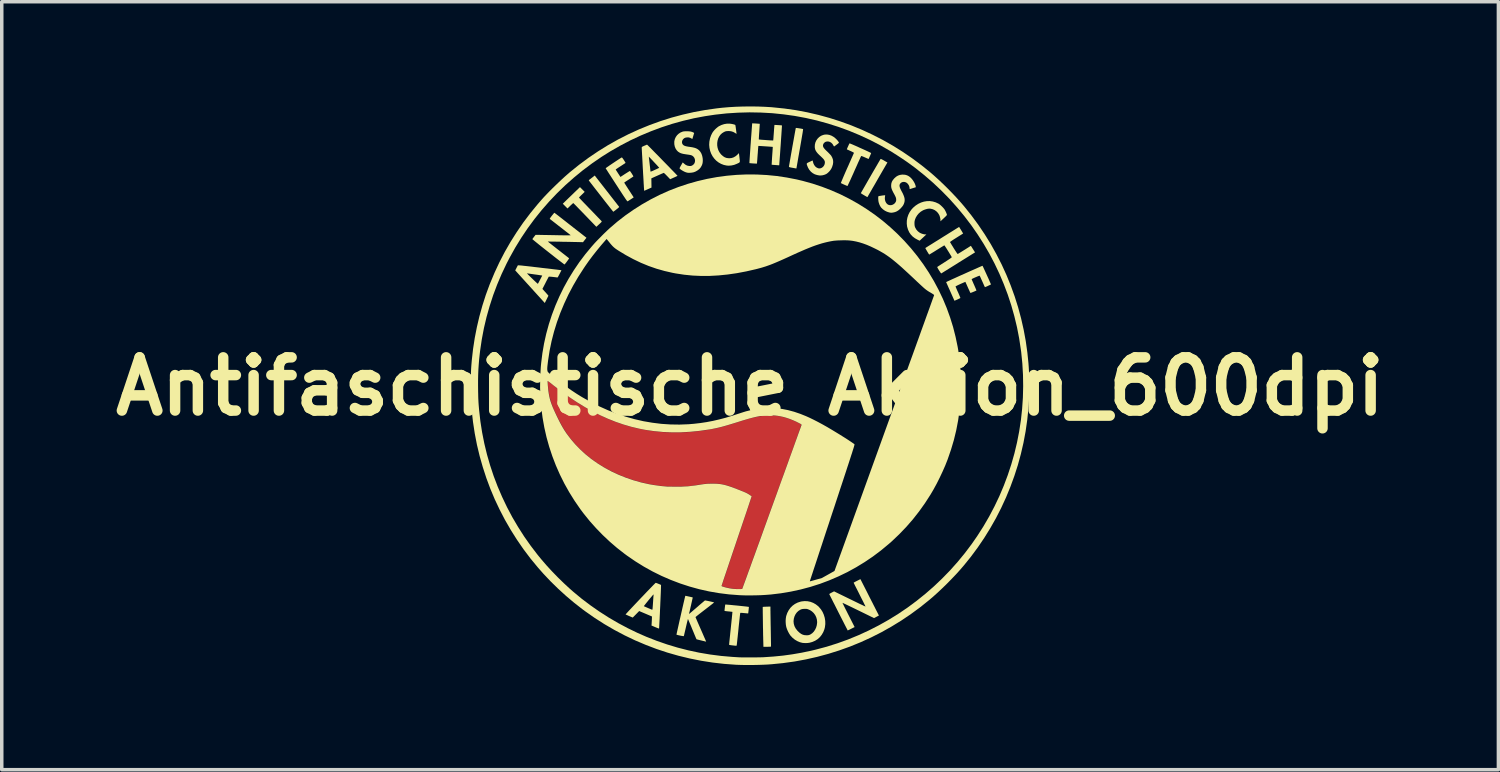
<source format=kicad_pcb>
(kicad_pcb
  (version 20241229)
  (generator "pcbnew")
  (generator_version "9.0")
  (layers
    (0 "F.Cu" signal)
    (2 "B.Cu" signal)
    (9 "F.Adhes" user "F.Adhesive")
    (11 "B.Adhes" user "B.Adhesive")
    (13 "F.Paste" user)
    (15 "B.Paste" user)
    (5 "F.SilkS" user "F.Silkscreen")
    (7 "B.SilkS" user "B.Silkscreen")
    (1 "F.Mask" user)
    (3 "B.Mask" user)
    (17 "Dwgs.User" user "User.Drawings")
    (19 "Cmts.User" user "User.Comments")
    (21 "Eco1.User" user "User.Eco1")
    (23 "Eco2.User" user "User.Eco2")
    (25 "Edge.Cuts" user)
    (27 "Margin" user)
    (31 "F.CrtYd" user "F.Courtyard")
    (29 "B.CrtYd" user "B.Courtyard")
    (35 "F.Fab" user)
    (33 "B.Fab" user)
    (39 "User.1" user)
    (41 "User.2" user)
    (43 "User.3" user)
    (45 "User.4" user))
  (footprint "Antifaschistische Aktion_600dpi"
    (layer "F.Cu")
    (at 18.44 8.023)
    (property "Reference" "Antifaschistische Aktion_600dpi" (at 0 0 0) (layer "F.SilkS") (effects (font (size 1.524 1.524) (thickness 0.3))))
    (attr exclude_from_pos_files exclude_from_bom allow_missing_courtyard dnp)
    (fp_poly (pts (xy -5.781 -0.147) (xy -5.771 -0.14) (xy -5.753 -0.125) (xy -5.727 -0.105) (xy -5.697 -0.08) (xy -5.665 -0.055) (xy -5.506 0.07) (xy -5.34 0.194) (xy -5.172 0.313) (xy -5.005 0.425) (xy -4.895 0.495) (xy -4.66 0.635) (xy -4.427 0.761) (xy -4.194 0.874) (xy -3.96 0.974) (xy -3.725 1.06) (xy -3.489 1.134) (xy -3.25 1.195) (xy -3.009 1.244) (xy -2.763 1.281) (xy -2.514 1.306) (xy -2.465 1.309) (xy -2.417 1.312) (xy -2.358 1.313) (xy -2.291 1.315) (xy -2.218 1.316) (xy -2.142 1.316) (xy -2.066 1.316) (xy -1.992 1.315) (xy -1.923 1.313) (xy -1.863 1.311) (xy -1.813 1.309) (xy -1.716 1.302) (xy -1.611 1.293) (xy -1.504 1.281) (xy -1.4 1.269) (xy -1.306 1.257) (xy -1.215 1.243) (xy -1.128 1.228) (xy -1.045 1.213) (xy -0.963 1.196) (xy -0.88 1.177) (xy -0.794 1.155) (xy -0.703 1.13) (xy -0.606 1.101) (xy -0.499 1.069) (xy -0.388 1.034) (xy -0.29 1.003) (xy -0.204 0.976) (xy -0.128 0.953) (xy -0.06 0.933) (xy 0.000344 0.916) (xy 0.056 0.901) (xy 0.107 0.889) (xy 0.157 0.878) (xy 0.205 0.868) (xy 0.243 0.861) (xy 0.386 0.839) (xy 0.523 0.829) (xy 0.656 0.831) (xy 0.788 0.843) (xy 0.919 0.868) (xy 1.052 0.905) (xy 1.189 0.954) (xy 1.244 0.977) (xy 1.292 0.998) (xy 1.339 1.02) (xy 1.383 1.042) (xy 1.421 1.062) (xy 1.451 1.079) (xy 1.461 1.086) (xy 1.462 1.087) (xy 1.463 1.089) (xy 1.464 1.091) (xy 1.464 1.095) (xy 1.463 1.1) (xy 1.462 1.108) (xy 1.459 1.117) (xy 1.456 1.13) (xy 1.451 1.146) (xy 1.445 1.166) (xy 1.437 1.19) (xy 1.427 1.218) (xy 1.416 1.251) (xy 1.402 1.29) (xy 1.387 1.334) (xy 1.369 1.384) (xy 1.349 1.441) (xy 1.326 1.505) (xy 1.301 1.576) (xy 1.273 1.654) (xy 1.242 1.741) (xy 1.207 1.836) (xy 1.17 1.941) (xy 1.129 2.054) (xy 1.084 2.177) (xy 1.036 2.31) (xy 0.984 2.454) (xy 0.928 2.609) (xy 0.868 2.775) (xy 0.803 2.953) (xy 0.735 3.143) (xy 0.661 3.345) (xy 0.626 3.442) (xy 0.563 3.617) (xy 0.501 3.788) (xy 0.44 3.955) (xy 0.381 4.119) (xy 0.324 4.277) (xy 0.268 4.43) (xy 0.215 4.578) (xy 0.163 4.719) (xy 0.115 4.854) (xy 0.068 4.982) (xy 0.025 5.102) (xy -0.016 5.214) (xy -0.053 5.318) (xy -0.088 5.413) (xy -0.119 5.499) (xy -0.146 5.574) (xy -0.17 5.639) (xy -0.19 5.694) (xy -0.205 5.737) (xy -0.217 5.769) (xy -0.224 5.788) (xy -0.226 5.795) (xy -0.234 5.798) (xy -0.253 5.8) (xy -0.281 5.802) (xy -0.315 5.803) (xy -0.352 5.802) (xy -0.389 5.801) (xy -0.425 5.799) (xy -0.44 5.798) (xy -0.494 5.792) (xy -0.548 5.784) (xy -0.602 5.774) (xy -0.653 5.764) (xy -0.7 5.753) (xy -0.74 5.742) (xy -0.773 5.731) (xy -0.797 5.72) (xy -0.809 5.711) (xy -0.811 5.707) (xy -0.808 5.699) (xy -0.802 5.679) (xy -0.791 5.647) (xy -0.777 5.604) (xy -0.759 5.55) (xy -0.737 5.486) (xy -0.712 5.413) (xy -0.685 5.331) (xy -0.654 5.241) (xy -0.622 5.144) (xy -0.587 5.04) (xy -0.549 4.93) (xy -0.51 4.814) (xy -0.47 4.693) (xy -0.427 4.569) (xy -0.384 4.44) (xy -0.38 4.43) (xy -0.337 4.301) (xy -0.295 4.176) (xy -0.254 4.055) (xy -0.215 3.939) (xy -0.178 3.828) (xy -0.143 3.724) (xy -0.11 3.626) (xy -0.079 3.535) (xy -0.052 3.453) (xy -0.027 3.379) (xy -0.005 3.314) (xy 0.013 3.259) (xy 0.028 3.215) (xy 0.038 3.182) (xy 0.045 3.161) (xy 0.048 3.153) (xy 0.048 3.153) (xy 0.042 3.145) (xy 0.028 3.131) (xy 0.007 3.114) (xy -0.013 3.099) (xy -0.032 3.086) (xy -0.051 3.074) (xy -0.072 3.063) (xy -0.096 3.05) (xy -0.126 3.037) (xy -0.164 3.021) (xy -0.21 3.002) (xy -0.267 2.979) (xy -0.28 2.973) (xy -0.38 2.934) (xy -0.469 2.9) (xy -0.549 2.871) (xy -0.62 2.847) (xy -0.686 2.827) (xy -0.747 2.812) (xy -0.805 2.8) (xy -0.862 2.791) (xy -0.919 2.785) (xy -0.977 2.781) (xy -1.039 2.779) (xy -1.074 2.779) (xy -1.14 2.78) (xy -1.202 2.783) (xy -1.266 2.787) (xy -1.333 2.795) (xy -1.406 2.805) (xy -1.49 2.818) (xy -1.511 2.821) (xy -1.581 2.833) (xy -1.643 2.842) (xy -1.701 2.85) (xy -1.755 2.856) (xy -1.81 2.86) (xy -1.868 2.863) (xy -1.93 2.865) (xy -2.001 2.866) (xy -2.082 2.867) (xy -2.113 2.867) (xy -2.19 2.867) (xy -2.256 2.866) (xy -2.314 2.865) (xy -2.365 2.863) (xy -2.412 2.861) (xy -2.459 2.857) (xy -2.507 2.853) (xy -2.56 2.847) (xy -2.619 2.84) (xy -2.629 2.839) (xy -2.755 2.82) (xy -2.889 2.796) (xy -3.027 2.766) (xy -3.165 2.732) (xy -3.299 2.695) (xy -3.386 2.668) (xy -3.599 2.593) (xy -3.805 2.507) (xy -4.003 2.412) (xy -4.193 2.308) (xy -4.374 2.194) (xy -4.546 2.072) (xy -4.709 1.942) (xy -4.861 1.803) (xy -5.003 1.657) (xy -5.133 1.504) (xy -5.252 1.344) (xy -5.354 1.187) (xy -5.375 1.15) (xy -5.4 1.103) (xy -5.43 1.048) (xy -5.461 0.987) (xy -5.494 0.923) (xy -5.527 0.857) (xy -5.558 0.792) (xy -5.588 0.731) (xy -5.614 0.675) (xy -5.636 0.626) (xy -5.642 0.611) (xy -5.694 0.472) (xy -5.736 0.325) (xy -5.767 0.172) (xy -5.786 0.016) (xy -5.791 -0.061) (xy -5.796 -0.158)) (stroke (width 0.01) (type solid)) (fill yes) (layer "F.Cu"))
    (fp_poly (pts (xy -5.781 -0.147) (xy -5.771 -0.14) (xy -5.753 -0.125) (xy -5.727 -0.105) (xy -5.697 -0.08) (xy -5.665 -0.055) (xy -5.506 0.07) (xy -5.34 0.194) (xy -5.172 0.313) (xy -5.005 0.425) (xy -4.895 0.495) (xy -4.66 0.635) (xy -4.427 0.761) (xy -4.194 0.874) (xy -3.96 0.974) (xy -3.725 1.06) (xy -3.489 1.134) (xy -3.25 1.195) (xy -3.009 1.244) (xy -2.763 1.281) (xy -2.514 1.306) (xy -2.465 1.309) (xy -2.417 1.312) (xy -2.358 1.313) (xy -2.291 1.315) (xy -2.218 1.316) (xy -2.142 1.316) (xy -2.066 1.316) (xy -1.992 1.315) (xy -1.923 1.313) (xy -1.863 1.311) (xy -1.813 1.309) (xy -1.716 1.302) (xy -1.611 1.293) (xy -1.504 1.281) (xy -1.4 1.269) (xy -1.306 1.257) (xy -1.215 1.243) (xy -1.128 1.228) (xy -1.045 1.213) (xy -0.963 1.196) (xy -0.88 1.177) (xy -0.794 1.155) (xy -0.703 1.13) (xy -0.606 1.101) (xy -0.499 1.069) (xy -0.388 1.034) (xy -0.29 1.003) (xy -0.204 0.976) (xy -0.128 0.953) (xy -0.06 0.933) (xy 0.000344 0.916) (xy 0.056 0.901) (xy 0.107 0.889) (xy 0.157 0.878) (xy 0.205 0.868) (xy 0.243 0.861) (xy 0.386 0.839) (xy 0.523 0.829) (xy 0.656 0.831) (xy 0.788 0.843) (xy 0.919 0.868) (xy 1.052 0.905) (xy 1.189 0.954) (xy 1.244 0.977) (xy 1.292 0.998) (xy 1.339 1.02) (xy 1.383 1.042) (xy 1.421 1.062) (xy 1.451 1.079) (xy 1.461 1.086) (xy 1.462 1.087) (xy 1.463 1.089) (xy 1.464 1.091) (xy 1.464 1.095) (xy 1.463 1.1) (xy 1.462 1.108) (xy 1.459 1.117) (xy 1.456 1.13) (xy 1.451 1.146) (xy 1.445 1.166) (xy 1.437 1.19) (xy 1.427 1.218) (xy 1.416 1.251) (xy 1.402 1.29) (xy 1.387 1.334) (xy 1.369 1.384) (xy 1.349 1.441) (xy 1.326 1.505) (xy 1.301 1.576) (xy 1.273 1.654) (xy 1.242 1.741) (xy 1.207 1.836) (xy 1.17 1.941) (xy 1.129 2.054) (xy 1.084 2.177) (xy 1.036 2.31) (xy 0.984 2.454) (xy 0.928 2.609) (xy 0.868 2.775) (xy 0.803 2.953) (xy 0.735 3.143) (xy 0.661 3.345) (xy 0.626 3.442) (xy 0.563 3.617) (xy 0.501 3.788) (xy 0.44 3.955) (xy 0.381 4.119) (xy 0.324 4.277) (xy 0.268 4.43) (xy 0.215 4.578) (xy 0.163 4.719) (xy 0.115 4.854) (xy 0.068 4.982) (xy 0.025 5.102) (xy -0.016 5.214) (xy -0.053 5.318) (xy -0.088 5.413) (xy -0.119 5.499) (xy -0.146 5.574) (xy -0.17 5.639) (xy -0.19 5.694) (xy -0.205 5.737) (xy -0.217 5.769) (xy -0.224 5.788) (xy -0.226 5.795) (xy -0.234 5.798) (xy -0.253 5.8) (xy -0.281 5.802) (xy -0.315 5.803) (xy -0.352 5.802) (xy -0.389 5.801) (xy -0.425 5.799) (xy -0.44 5.798) (xy -0.494 5.792) (xy -0.548 5.784) (xy -0.602 5.774) (xy -0.653 5.764) (xy -0.7 5.753) (xy -0.74 5.742) (xy -0.773 5.731) (xy -0.797 5.72) (xy -0.809 5.711) (xy -0.811 5.707) (xy -0.808 5.699) (xy -0.802 5.679) (xy -0.791 5.647) (xy -0.777 5.604) (xy -0.759 5.55) (xy -0.737 5.486) (xy -0.712 5.413) (xy -0.685 5.331) (xy -0.654 5.241) (xy -0.622 5.144) (xy -0.587 5.04) (xy -0.549 4.93) (xy -0.51 4.814) (xy -0.47 4.693) (xy -0.427 4.569) (xy -0.384 4.44) (xy -0.38 4.43) (xy -0.337 4.301) (xy -0.295 4.176) (xy -0.254 4.055) (xy -0.215 3.939) (xy -0.178 3.828) (xy -0.143 3.724) (xy -0.11 3.626) (xy -0.079 3.535) (xy -0.052 3.453) (xy -0.027 3.379) (xy -0.005 3.314) (xy 0.013 3.259) (xy 0.028 3.215) (xy 0.038 3.182) (xy 0.045 3.161) (xy 0.048 3.153) (xy 0.048 3.153) (xy 0.042 3.145) (xy 0.028 3.131) (xy 0.007 3.114) (xy -0.013 3.099) (xy -0.032 3.086) (xy -0.051 3.074) (xy -0.072 3.063) (xy -0.096 3.05) (xy -0.126 3.037) (xy -0.164 3.021) (xy -0.21 3.002) (xy -0.267 2.979) (xy -0.28 2.973) (xy -0.38 2.934) (xy -0.469 2.9) (xy -0.549 2.871) (xy -0.62 2.847) (xy -0.686 2.827) (xy -0.747 2.812) (xy -0.805 2.8) (xy -0.862 2.791) (xy -0.919 2.785) (xy -0.977 2.781) (xy -1.039 2.779) (xy -1.074 2.779) (xy -1.14 2.78) (xy -1.202 2.783) (xy -1.266 2.787) (xy -1.333 2.795) (xy -1.406 2.805) (xy -1.49 2.818) (xy -1.511 2.821) (xy -1.581 2.833) (xy -1.643 2.842) (xy -1.701 2.85) (xy -1.755 2.856) (xy -1.81 2.86) (xy -1.868 2.863) (xy -1.93 2.865) (xy -2.001 2.866) (xy -2.082 2.867) (xy -2.113 2.867) (xy -2.19 2.867) (xy -2.256 2.866) (xy -2.314 2.865) (xy -2.365 2.863) (xy -2.412 2.861) (xy -2.459 2.857) (xy -2.507 2.853) (xy -2.56 2.847) (xy -2.619 2.84) (xy -2.629 2.839) (xy -2.755 2.82) (xy -2.889 2.796) (xy -3.027 2.766) (xy -3.165 2.732) (xy -3.299 2.695) (xy -3.386 2.668) (xy -3.599 2.593) (xy -3.805 2.507) (xy -4.003 2.412) (xy -4.193 2.308) (xy -4.374 2.194) (xy -4.546 2.072) (xy -4.709 1.942) (xy -4.861 1.803) (xy -5.003 1.657) (xy -5.133 1.504) (xy -5.252 1.344) (xy -5.354 1.187) (xy -5.375 1.15) (xy -5.4 1.103) (xy -5.43 1.048) (xy -5.461 0.987) (xy -5.494 0.923) (xy -5.527 0.857) (xy -5.558 0.792) (xy -5.588 0.731) (xy -5.614 0.675) (xy -5.636 0.626) (xy -5.642 0.611) (xy -5.694 0.472) (xy -5.736 0.325) (xy -5.767 0.172) (xy -5.786 0.016) (xy -5.791 -0.061) (xy -5.796 -0.158)) (stroke (width 0.01) (type solid)) (fill yes) (layer "F.Mask"))
    (fp_poly (pts (xy -4.103 -5.599) (xy -4.049 -5.53) (xy -3.998 -5.464) (xy -3.95 -5.402) (xy -3.905 -5.345) (xy -3.865 -5.293) (xy -3.829 -5.248) (xy -3.8 -5.21) (xy -3.776 -5.18) (xy -3.76 -5.16) (xy -3.752 -5.148) (xy -3.75 -5.147) (xy -3.752 -5.14) (xy -3.764 -5.127) (xy -3.787 -5.106) (xy -3.821 -5.079) (xy -3.83 -5.072) (xy -3.859 -5.049) (xy -3.885 -5.03) (xy -3.905 -5.015) (xy -3.917 -5.007) (xy -3.919 -5.006) (xy -3.924 -5.011) (xy -3.936 -5.027) (xy -3.956 -5.052) (xy -3.983 -5.085) (xy -4.015 -5.126) (xy -4.053 -5.175) (xy -4.096 -5.229) (xy -4.143 -5.288) (xy -4.193 -5.352) (xy -4.245 -5.42) (xy -4.271 -5.453) (xy -4.325 -5.522) (xy -4.376 -5.588) (xy -4.425 -5.65) (xy -4.469 -5.707) (xy -4.509 -5.759) (xy -4.544 -5.804) (xy -4.573 -5.842) (xy -4.596 -5.871) (xy -4.612 -5.892) (xy -4.62 -5.903) (xy -4.622 -5.905) (xy -4.617 -5.911) (xy -4.605 -5.923) (xy -4.587 -5.937) (xy -4.563 -5.955) (xy -4.534 -5.978) (xy -4.505 -6) (xy -4.5 -6.004) (xy -4.45 -6.044)) (stroke (width 0) (type solid)) (fill yes) (layer "F.SilkS"))
    (fp_poly (pts (xy 0.584 6.42) (xy 0.585 6.447) (xy 0.585 6.487) (xy 0.586 6.538) (xy 0.587 6.597) (xy 0.588 6.665) (xy 0.589 6.738) (xy 0.59 6.816) (xy 0.592 6.897) (xy 0.593 6.979) (xy 0.594 6.991) (xy 0.595 7.069) (xy 0.596 7.144) (xy 0.597 7.213) (xy 0.598 7.276) (xy 0.599 7.331) (xy 0.6 7.377) (xy 0.6 7.413) (xy 0.6 7.438) (xy 0.6 7.451) (xy 0.6 7.453) (xy 0.592 7.454) (xy 0.573 7.456) (xy 0.545 7.457) (xy 0.51 7.458) (xy 0.49 7.458) (xy 0.383 7.458) (xy 0.379 7.303) (xy 0.377 7.247) (xy 0.376 7.185) (xy 0.374 7.118) (xy 0.373 7.046) (xy 0.372 6.972) (xy 0.37 6.896) (xy 0.369 6.819) (xy 0.368 6.743) (xy 0.367 6.67) (xy 0.366 6.6) (xy 0.365 6.535) (xy 0.364 6.476) (xy 0.364 6.424) (xy 0.363 6.381) (xy 0.363 6.348) (xy 0.363 6.326) (xy 0.364 6.316) (xy 0.364 6.316) (xy 0.372 6.315) (xy 0.391 6.313) (xy 0.42 6.311) (xy 0.454 6.31) (xy 0.476 6.309) (xy 0.584 6.306)) (stroke (width 0) (type solid)) (fill yes) (layer "F.SilkS"))
    (fp_poly (pts (xy 3.749 -6.519) (xy 3.766 -6.511) (xy 3.791 -6.499) (xy 3.822 -6.483) (xy 3.841 -6.471) (xy 3.936 -6.417) (xy 3.923 -6.396) (xy 3.917 -6.387) (xy 3.906 -6.366) (xy 3.888 -6.336) (xy 3.865 -6.296) (xy 3.837 -6.248) (xy 3.805 -6.193) (xy 3.77 -6.132) (xy 3.731 -6.065) (xy 3.69 -5.994) (xy 3.647 -5.919) (xy 3.637 -5.901) (xy 3.594 -5.826) (xy 3.553 -5.755) (xy 3.514 -5.689) (xy 3.479 -5.628) (xy 3.448 -5.573) (xy 3.42 -5.526) (xy 3.397 -5.486) (xy 3.38 -5.456) (xy 3.368 -5.436) (xy 3.363 -5.426) (xy 3.362 -5.426) (xy 3.356 -5.428) (xy 3.34 -5.437) (xy 3.316 -5.451) (xy 3.286 -5.468) (xy 3.267 -5.479) (xy 3.235 -5.498) (xy 3.208 -5.515) (xy 3.188 -5.528) (xy 3.176 -5.537) (xy 3.174 -5.54) (xy 3.178 -5.546) (xy 3.188 -5.564) (xy 3.204 -5.592) (xy 3.225 -5.629) (xy 3.25 -5.673) (xy 3.279 -5.723) (xy 3.311 -5.779) (xy 3.346 -5.84) (xy 3.382 -5.903) (xy 3.42 -5.969) (xy 3.459 -6.036) (xy 3.497 -6.102) (xy 3.535 -6.168) (xy 3.572 -6.231) (xy 3.607 -6.291) (xy 3.639 -6.346) (xy 3.667 -6.395) (xy 3.692 -6.438) (xy 3.713 -6.473) (xy 3.728 -6.499) (xy 3.738 -6.515) (xy 3.741 -6.52)) (stroke (width 0) (type solid)) (fill yes) (layer "F.SilkS"))
    (fp_poly (pts (xy -4.738 -5.576) (xy -4.82 -5.496) (xy -4.847 -5.47) (xy -4.871 -5.446) (xy -4.889 -5.428) (xy -4.9 -5.416) (xy -4.902 -5.413) (xy -4.897 -5.408) (xy -4.884 -5.393) (xy -4.862 -5.37) (xy -4.833 -5.339) (xy -4.798 -5.302) (xy -4.757 -5.259) (xy -4.711 -5.212) (xy -4.661 -5.16) (xy -4.609 -5.105) (xy -4.597 -5.094) (xy -4.543 -5.038) (xy -4.491 -4.984) (xy -4.443 -4.934) (xy -4.398 -4.887) (xy -4.359 -4.846) (xy -4.325 -4.812) (xy -4.299 -4.784) (xy -4.28 -4.764) (xy -4.269 -4.753) (xy -4.269 -4.753) (xy -4.259 -4.743) (xy -4.253 -4.735) (xy -4.251 -4.727) (xy -4.254 -4.718) (xy -4.263 -4.706) (xy -4.279 -4.69) (xy -4.303 -4.667) (xy -4.337 -4.636) (xy -4.337 -4.636) (xy -4.404 -4.575) (xy -4.731 -4.914) (xy -4.786 -4.971) (xy -4.839 -5.026) (xy -4.888 -5.076) (xy -4.933 -5.122) (xy -4.972 -5.163) (xy -5.006 -5.197) (xy -5.032 -5.224) (xy -5.052 -5.243) (xy -5.062 -5.253) (xy -5.064 -5.255) (xy -5.071 -5.251) (xy -5.085 -5.239) (xy -5.106 -5.22) (xy -5.132 -5.196) (xy -5.15 -5.179) (xy -5.23 -5.1) (xy -5.298 -5.168) (xy -5.365 -5.236) (xy -5.24 -5.358) (xy -5.196 -5.401) (xy -5.146 -5.449) (xy -5.094 -5.499) (xy -5.045 -5.547) (xy -5 -5.59) (xy -4.994 -5.596) (xy -4.873 -5.712)) (stroke (width 0) (type solid)) (fill yes) (layer "F.SilkS"))
    (fp_poly (pts (xy 1.338 -7.406) (xy 1.364 -7.403) (xy 1.395 -7.398) (xy 1.428 -7.393) (xy 1.46 -7.388) (xy 1.487 -7.382) (xy 1.508 -7.378) (xy 1.519 -7.375) (xy 1.519 -7.375) (xy 1.519 -7.367) (xy 1.517 -7.346) (xy 1.512 -7.312) (xy 1.505 -7.265) (xy 1.495 -7.207) (xy 1.483 -7.136) (xy 1.469 -7.054) (xy 1.453 -6.961) (xy 1.435 -6.857) (xy 1.428 -6.815) (xy 1.412 -6.728) (xy 1.398 -6.646) (xy 1.384 -6.569) (xy 1.372 -6.498) (xy 1.361 -6.433) (xy 1.351 -6.377) (xy 1.343 -6.33) (xy 1.336 -6.293) (xy 1.332 -6.268) (xy 1.33 -6.254) (xy 1.33 -6.252) (xy 1.329 -6.25) (xy 1.328 -6.248) (xy 1.323 -6.247) (xy 1.312 -6.248) (xy 1.294 -6.251) (xy 1.267 -6.256) (xy 1.229 -6.263) (xy 1.213 -6.266) (xy 1.172 -6.273) (xy 1.144 -6.28) (xy 1.125 -6.285) (xy 1.116 -6.29) (xy 1.114 -6.295) (xy 1.115 -6.304) (xy 1.118 -6.325) (xy 1.124 -6.358) (xy 1.131 -6.4) (xy 1.14 -6.451) (xy 1.15 -6.509) (xy 1.161 -6.573) (xy 1.173 -6.642) (xy 1.186 -6.715) (xy 1.199 -6.789) (xy 1.212 -6.865) (xy 1.226 -6.941) (xy 1.239 -7.015) (xy 1.252 -7.086) (xy 1.264 -7.153) (xy 1.275 -7.215) (xy 1.285 -7.271) (xy 1.294 -7.319) (xy 1.301 -7.358) (xy 1.307 -7.386) (xy 1.31 -7.404) (xy 1.311 -7.408) (xy 1.319 -7.408)) (stroke (width 0) (type solid)) (fill yes) (layer "F.SilkS"))
    (fp_poly (pts (xy -0.566 -7.528) (xy -0.53 -7.523) (xy -0.494 -7.516) (xy -0.462 -7.508) (xy -0.438 -7.5) (xy -0.424 -7.493) (xy -0.422 -7.491) (xy -0.42 -7.483) (xy -0.417 -7.463) (xy -0.412 -7.436) (xy -0.408 -7.403) (xy -0.403 -7.367) (xy -0.398 -7.331) (xy -0.394 -7.297) (xy -0.39 -7.269) (xy -0.388 -7.248) (xy -0.388 -7.238) (xy -0.388 -7.238) (xy -0.394 -7.241) (xy -0.408 -7.25) (xy -0.428 -7.263) (xy -0.429 -7.264) (xy -0.484 -7.294) (xy -0.542 -7.312) (xy -0.605 -7.319) (xy -0.632 -7.318) (xy -0.666 -7.316) (xy -0.691 -7.313) (xy -0.713 -7.306) (xy -0.738 -7.295) (xy -0.75 -7.289) (xy -0.804 -7.255) (xy -0.849 -7.212) (xy -0.886 -7.16) (xy -0.914 -7.103) (xy -0.932 -7.04) (xy -0.941 -6.975) (xy -0.941 -6.908) (xy -0.931 -6.842) (xy -0.911 -6.777) (xy -0.881 -6.716) (xy -0.841 -6.661) (xy -0.821 -6.639) (xy -0.773 -6.597) (xy -0.726 -6.567) (xy -0.675 -6.548) (xy -0.619 -6.54) (xy -0.593 -6.539) (xy -0.531 -6.545) (xy -0.472 -6.564) (xy -0.416 -6.596) (xy -0.362 -6.642) (xy -0.357 -6.647) (xy -0.319 -6.686) (xy -0.303 -6.558) (xy -0.298 -6.512) (xy -0.294 -6.478) (xy -0.292 -6.453) (xy -0.295 -6.435) (xy -0.302 -6.422) (xy -0.314 -6.411) (xy -0.333 -6.401) (xy -0.359 -6.389) (xy -0.375 -6.381) (xy -0.453 -6.35) (xy -0.533 -6.332) (xy -0.613 -6.326) (xy -0.67 -6.33) (xy -0.753 -6.348) (xy -0.831 -6.378) (xy -0.903 -6.419) (xy -0.969 -6.47) (xy -1.026 -6.53) (xy -1.075 -6.597) (xy -1.115 -6.672) (xy -1.144 -6.751) (xy -1.163 -6.836) (xy -1.171 -6.923) (xy -1.166 -7.013) (xy -1.163 -7.031) (xy -1.145 -7.116) (xy -1.116 -7.197) (xy -1.081 -7.267) (xy -1.054 -7.306) (xy -1.018 -7.349) (xy -0.977 -7.39) (xy -0.934 -7.426) (xy -0.895 -7.455) (xy -0.89 -7.457) (xy -0.818 -7.492) (xy -0.741 -7.517) (xy -0.661 -7.53) (xy -0.583 -7.53)) (stroke (width 0) (type solid)) (fill yes) (layer "F.SilkS"))
    (fp_poly (pts (xy 5.235 -5.3) (xy 5.317 -5.276) (xy 5.397 -5.239) (xy 5.406 -5.234) (xy 5.436 -5.213) (xy 5.47 -5.184) (xy 5.505 -5.15) (xy 5.539 -5.115) (xy 5.566 -5.081) (xy 5.581 -5.059) (xy 5.599 -5.024) (xy 5.618 -4.984) (xy 5.633 -4.945) (xy 5.64 -4.924) (xy 5.64 -4.917) (xy 5.636 -4.908) (xy 5.626 -4.895) (xy 5.609 -4.877) (xy 5.584 -4.853) (xy 5.551 -4.821) (xy 5.521 -4.794) (xy 5.495 -4.769) (xy 5.474 -4.75) (xy 5.46 -4.738) (xy 5.455 -4.733) (xy 5.453 -4.739) (xy 5.455 -4.754) (xy 5.455 -4.754) (xy 5.455 -4.784) (xy 5.449 -4.821) (xy 5.439 -4.862) (xy 5.425 -4.902) (xy 5.416 -4.92) (xy 5.383 -4.972) (xy 5.34 -5.017) (xy 5.289 -5.054) (xy 5.233 -5.079) (xy 5.173 -5.093) (xy 5.137 -5.096) (xy 5.094 -5.092) (xy 5.044 -5.08) (xy 4.993 -5.063) (xy 4.955 -5.047) (xy 4.891 -5.008) (xy 4.834 -4.959) (xy 4.786 -4.901) (xy 4.748 -4.838) (xy 4.727 -4.784) (xy 4.718 -4.753) (xy 4.713 -4.727) (xy 4.711 -4.701) (xy 4.711 -4.667) (xy 4.711 -4.658) (xy 4.713 -4.623) (xy 4.717 -4.597) (xy 4.723 -4.575) (xy 4.733 -4.551) (xy 4.736 -4.544) (xy 4.768 -4.49) (xy 4.811 -4.443) (xy 4.86 -4.406) (xy 4.867 -4.402) (xy 4.91 -4.382) (xy 4.956 -4.367) (xy 5 -4.358) (xy 5.023 -4.357) (xy 5.052 -4.357) (xy 4.998 -4.306) (xy 4.969 -4.279) (xy 4.939 -4.251) (xy 4.911 -4.225) (xy 4.901 -4.216) (xy 4.859 -4.176) (xy 4.8 -4.204) (xy 4.724 -4.247) (xy 4.659 -4.296) (xy 4.605 -4.353) (xy 4.561 -4.417) (xy 4.527 -4.491) (xy 4.525 -4.496) (xy 4.5 -4.58) (xy 4.49 -4.665) (xy 4.492 -4.751) (xy 4.507 -4.835) (xy 4.534 -4.917) (xy 4.573 -4.996) (xy 4.624 -5.069) (xy 4.671 -5.121) (xy 4.742 -5.182) (xy 4.818 -5.232) (xy 4.898 -5.27) (xy 4.981 -5.296) (xy 5.066 -5.31) (xy 5.151 -5.312)) (stroke (width 0) (type solid)) (fill yes) (layer "F.SilkS"))
    (fp_poly (pts (xy 1.648 6.153) (xy 1.73 6.17) (xy 1.809 6.2) (xy 1.883 6.242) (xy 1.951 6.295) (xy 1.972 6.316) (xy 2.03 6.384) (xy 2.078 6.46) (xy 2.114 6.542) (xy 2.14 6.629) (xy 2.154 6.718) (xy 2.156 6.807) (xy 2.145 6.896) (xy 2.131 6.953) (xy 2.098 7.038) (xy 2.054 7.114) (xy 2.001 7.181) (xy 1.938 7.238) (xy 1.866 7.284) (xy 1.786 7.319) (xy 1.704 7.342) (xy 1.654 7.349) (xy 1.598 7.352) (xy 1.541 7.35) (xy 1.5 7.346) (xy 1.427 7.327) (xy 1.355 7.296) (xy 1.285 7.255) (xy 1.222 7.205) (xy 1.166 7.147) (xy 1.151 7.128) (xy 1.123 7.085) (xy 1.094 7.033) (xy 1.068 6.977) (xy 1.047 6.921) (xy 1.036 6.883) (xy 1.026 6.827) (xy 1.021 6.765) (xy 1.02 6.73) (xy 1.246 6.73) (xy 1.253 6.8) (xy 1.273 6.868) (xy 1.307 6.933) (xy 1.354 6.994) (xy 1.371 7.012) (xy 1.421 7.058) (xy 1.468 7.091) (xy 1.514 7.113) (xy 1.564 7.125) (xy 1.618 7.128) (xy 1.626 7.128) (xy 1.658 7.127) (xy 1.682 7.123) (xy 1.702 7.117) (xy 1.724 7.107) (xy 1.732 7.103) (xy 1.783 7.068) (xy 1.827 7.023) (xy 1.864 6.968) (xy 1.893 6.907) (xy 1.912 6.841) (xy 1.921 6.771) (xy 1.922 6.748) (xy 1.915 6.678) (xy 1.896 6.611) (xy 1.866 6.549) (xy 1.825 6.493) (xy 1.775 6.446) (xy 1.718 6.408) (xy 1.663 6.384) (xy 1.638 6.376) (xy 1.613 6.372) (xy 1.585 6.371) (xy 1.553 6.372) (xy 1.518 6.374) (xy 1.492 6.378) (xy 1.47 6.384) (xy 1.446 6.394) (xy 1.44 6.397) (xy 1.387 6.43) (xy 1.34 6.474) (xy 1.302 6.527) (xy 1.273 6.587) (xy 1.254 6.653) (xy 1.246 6.722) (xy 1.246 6.73) (xy 1.02 6.73) (xy 1.02 6.701) (xy 1.025 6.639) (xy 1.034 6.585) (xy 1.036 6.576) (xy 1.066 6.489) (xy 1.107 6.411) (xy 1.157 6.341) (xy 1.217 6.281) (xy 1.286 6.231) (xy 1.363 6.192) (xy 1.447 6.165) (xy 1.479 6.158) (xy 1.564 6.149)) (stroke (width 0) (type solid)) (fill yes) (layer "F.SilkS"))
    (fp_poly (pts (xy 3.321 5.832) (xy 3.357 5.903) (xy 3.394 5.977) (xy 3.433 6.054) (xy 3.471 6.129) (xy 3.508 6.2) (xy 3.541 6.266) (xy 3.571 6.324) (xy 3.585 6.353) (xy 3.692 6.562) (xy 3.622 6.599) (xy 3.552 6.636) (xy 3.102 6.416) (xy 3.028 6.38) (xy 2.958 6.346) (xy 2.892 6.314) (xy 2.832 6.285) (xy 2.779 6.26) (xy 2.734 6.238) (xy 2.697 6.221) (xy 2.67 6.208) (xy 2.653 6.201) (xy 2.649 6.199) (xy 2.651 6.206) (xy 2.659 6.224) (xy 2.673 6.252) (xy 2.691 6.289) (xy 2.713 6.334) (xy 2.739 6.386) (xy 2.768 6.443) (xy 2.799 6.505) (xy 2.821 6.548) (xy 2.996 6.893) (xy 2.898 6.942) (xy 2.865 6.959) (xy 2.836 6.973) (xy 2.814 6.983) (xy 2.801 6.99) (xy 2.799 6.991) (xy 2.795 6.985) (xy 2.786 6.967) (xy 2.772 6.939) (xy 2.752 6.901) (xy 2.728 6.854) (xy 2.7 6.8) (xy 2.669 6.738) (xy 2.634 6.67) (xy 2.597 6.598) (xy 2.558 6.521) (xy 2.533 6.472) (xy 2.493 6.392) (xy 2.455 6.317) (xy 2.419 6.245) (xy 2.385 6.18) (xy 2.355 6.12) (xy 2.329 6.068) (xy 2.307 6.024) (xy 2.289 5.989) (xy 2.277 5.964) (xy 2.27 5.95) (xy 2.269 5.947) (xy 2.275 5.942) (xy 2.29 5.932) (xy 2.313 5.919) (xy 2.338 5.906) (xy 2.407 5.87) (xy 2.855 6.089) (xy 2.929 6.125) (xy 2.999 6.159) (xy 3.065 6.191) (xy 3.124 6.22) (xy 3.177 6.245) (xy 3.223 6.266) (xy 3.259 6.284) (xy 3.286 6.296) (xy 3.303 6.303) (xy 3.307 6.305) (xy 3.305 6.298) (xy 3.297 6.28) (xy 3.283 6.252) (xy 3.265 6.215) (xy 3.243 6.17) (xy 3.217 6.119) (xy 3.188 6.062) (xy 3.157 6) (xy 3.139 5.964) (xy 3.107 5.9) (xy 3.077 5.84) (xy 3.049 5.785) (xy 3.024 5.737) (xy 3.003 5.695) (xy 2.987 5.661) (xy 2.975 5.638) (xy 2.969 5.624) (xy 2.968 5.622) (xy 2.974 5.618) (xy 2.99 5.608) (xy 3.014 5.595) (xy 3.045 5.579) (xy 3.065 5.569) (xy 3.162 5.52)) (stroke (width 0) (type solid)) (fill yes) (layer "F.SilkS"))
    (fp_poly (pts (xy -6.623 -3.471) (xy -6.6 -3.469) (xy -6.568 -3.467) (xy -6.528 -3.463) (xy -6.478 -3.457) (xy -6.418 -3.451) (xy -6.347 -3.443) (xy -6.265 -3.434) (xy -6.17 -3.422) (xy -6.062 -3.41) (xy -6.055 -3.409) (xy -5.965 -3.398) (xy -5.878 -3.388) (xy -5.796 -3.379) (xy -5.72 -3.37) (xy -5.65 -3.361) (xy -5.589 -3.354) (xy -5.536 -3.348) (xy -5.492 -3.342) (xy -5.46 -3.338) (xy -5.44 -3.336) (xy -5.434 -3.335) (xy -5.404 -3.331) (xy -5.456 -3.227) (xy -5.474 -3.193) (xy -5.49 -3.163) (xy -5.503 -3.14) (xy -5.512 -3.126) (xy -5.516 -3.123) (xy -5.525 -3.124) (xy -5.545 -3.126) (xy -5.575 -3.13) (xy -5.611 -3.134) (xy -5.642 -3.138) (xy -5.681 -3.142) (xy -5.716 -3.145) (xy -5.743 -3.147) (xy -5.761 -3.147) (xy -5.767 -3.146) (xy -5.771 -3.139) (xy -5.781 -3.121) (xy -5.796 -3.093) (xy -5.814 -3.058) (xy -5.835 -3.018) (xy -5.858 -2.973) (xy -5.86 -2.968) (xy -5.949 -2.795) (xy -5.877 -2.715) (xy -5.85 -2.686) (xy -5.827 -2.659) (xy -5.807 -2.637) (xy -5.794 -2.621) (xy -5.791 -2.617) (xy -5.777 -2.6) (xy -5.829 -2.496) (xy -5.881 -2.392) (xy -6.305 -2.859) (xy -6.651 -3.241) (xy -6.393 -3.241) (xy -6.389 -3.237) (xy -6.376 -3.224) (xy -6.356 -3.203) (xy -6.329 -3.176) (xy -6.297 -3.144) (xy -6.26 -3.108) (xy -6.24 -3.089) (xy -6.202 -3.052) (xy -6.166 -3.018) (xy -6.135 -2.989) (xy -6.11 -2.966) (xy -6.091 -2.95) (xy -6.081 -2.942) (xy -6.079 -2.941) (xy -6.075 -2.948) (xy -6.065 -2.966) (xy -6.051 -2.992) (xy -6.034 -3.025) (xy -6.015 -3.061) (xy -6.014 -3.062) (xy -5.954 -3.178) (xy -5.977 -3.182) (xy -5.99 -3.184) (xy -6.014 -3.188) (xy -6.047 -3.193) (xy -6.086 -3.199) (xy -6.13 -3.205) (xy -6.177 -3.211) (xy -6.223 -3.218) (xy -6.268 -3.224) (xy -6.309 -3.23) (xy -6.344 -3.235) (xy -6.371 -3.239) (xy -6.388 -3.241) (xy -6.393 -3.241) (xy -6.651 -3.241) (xy -6.728 -3.326) (xy -6.693 -3.394) (xy -6.679 -3.422) (xy -6.666 -3.446) (xy -6.657 -3.464) (xy -6.653 -3.47) (xy -6.649 -3.471) (xy -6.64 -3.472)) (stroke (width 0) (type solid)) (fill yes) (layer "F.SilkS"))
    (fp_poly (pts (xy -0.702 6.247) (xy -0.683 6.248) (xy -0.653 6.251) (xy -0.614 6.254) (xy -0.568 6.258) (xy -0.516 6.263) (xy -0.46 6.269) (xy -0.402 6.274) (xy -0.344 6.28) (xy -0.286 6.286) (xy -0.231 6.292) (xy -0.181 6.297) (xy -0.136 6.302) (xy -0.099 6.306) (xy -0.071 6.31) (xy -0.055 6.312) (xy -0.054 6.312) (xy -0.033 6.316) (xy -0.042 6.408) (xy -0.046 6.442) (xy -0.049 6.47) (xy -0.052 6.491) (xy -0.054 6.501) (xy -0.054 6.502) (xy -0.061 6.502) (xy -0.08 6.501) (xy -0.108 6.498) (xy -0.143 6.495) (xy -0.166 6.493) (xy -0.204 6.489) (xy -0.236 6.487) (xy -0.262 6.486) (xy -0.277 6.486) (xy -0.28 6.487) (xy -0.282 6.495) (xy -0.285 6.515) (xy -0.289 6.547) (xy -0.294 6.589) (xy -0.299 6.641) (xy -0.306 6.7) (xy -0.313 6.767) (xy -0.321 6.839) (xy -0.329 6.916) (xy -0.332 6.949) (xy -0.34 7.028) (xy -0.348 7.102) (xy -0.355 7.172) (xy -0.362 7.235) (xy -0.368 7.291) (xy -0.373 7.338) (xy -0.377 7.375) (xy -0.381 7.402) (xy -0.382 7.416) (xy -0.383 7.418) (xy -0.391 7.428) (xy -0.398 7.429) (xy -0.409 7.428) (xy -0.431 7.426) (xy -0.461 7.423) (xy -0.496 7.419) (xy -0.505 7.418) (xy -0.546 7.413) (xy -0.576 7.408) (xy -0.595 7.403) (xy -0.601 7.399) (xy -0.6 7.391) (xy -0.598 7.37) (xy -0.595 7.338) (xy -0.591 7.295) (xy -0.585 7.243) (xy -0.579 7.183) (xy -0.572 7.116) (xy -0.565 7.044) (xy -0.556 6.966) (xy -0.552 6.925) (xy -0.544 6.846) (xy -0.536 6.772) (xy -0.529 6.702) (xy -0.522 6.639) (xy -0.517 6.583) (xy -0.512 6.537) (xy -0.509 6.5) (xy -0.506 6.474) (xy -0.505 6.46) (xy -0.505 6.458) (xy -0.512 6.457) (xy -0.531 6.454) (xy -0.559 6.451) (xy -0.594 6.447) (xy -0.618 6.445) (xy -0.656 6.441) (xy -0.688 6.437) (xy -0.713 6.434) (xy -0.728 6.432) (xy -0.731 6.431) (xy -0.731 6.424) (xy -0.73 6.405) (xy -0.728 6.38) (xy -0.724 6.35) (xy -0.721 6.319) (xy -0.717 6.29) (xy -0.714 6.266) (xy -0.711 6.251) (xy -0.71 6.247)) (stroke (width 0) (type solid)) (fill yes) (layer "F.SilkS"))
    (fp_poly (pts (xy 2.859 -6.964) (xy 2.878 -6.956) (xy 2.907 -6.944) (xy 2.944 -6.929) (xy 2.987 -6.91) (xy 3.035 -6.889) (xy 3.087 -6.866) (xy 3.14 -6.841) (xy 3.195 -6.817) (xy 3.248 -6.793) (xy 3.299 -6.77) (xy 3.346 -6.748) (xy 3.388 -6.729) (xy 3.422 -6.712) (xy 3.448 -6.7) (xy 3.464 -6.691) (xy 3.469 -6.688) (xy 3.467 -6.68) (xy 3.46 -6.662) (xy 3.45 -6.638) (xy 3.438 -6.61) (xy 3.425 -6.581) (xy 3.413 -6.555) (xy 3.404 -6.534) (xy 3.398 -6.521) (xy 3.396 -6.519) (xy 3.39 -6.521) (xy 3.373 -6.528) (xy 3.347 -6.539) (xy 3.315 -6.553) (xy 3.292 -6.563) (xy 3.257 -6.578) (xy 3.226 -6.591) (xy 3.202 -6.599) (xy 3.187 -6.604) (xy 3.183 -6.604) (xy 3.18 -6.596) (xy 3.171 -6.578) (xy 3.157 -6.548) (xy 3.14 -6.509) (xy 3.118 -6.461) (xy 3.093 -6.407) (xy 3.066 -6.345) (xy 3.036 -6.278) (xy 3.004 -6.208) (xy 2.988 -6.171) (xy 2.956 -6.098) (xy 2.925 -6.03) (xy 2.896 -5.966) (xy 2.87 -5.908) (xy 2.846 -5.858) (xy 2.826 -5.815) (xy 2.81 -5.782) (xy 2.799 -5.758) (xy 2.792 -5.746) (xy 2.791 -5.744) (xy 2.782 -5.747) (xy 2.763 -5.754) (xy 2.736 -5.766) (xy 2.705 -5.779) (xy 2.696 -5.783) (xy 2.663 -5.798) (xy 2.636 -5.811) (xy 2.615 -5.821) (xy 2.604 -5.827) (xy 2.602 -5.828) (xy 2.604 -5.835) (xy 2.611 -5.854) (xy 2.623 -5.884) (xy 2.64 -5.924) (xy 2.661 -5.974) (xy 2.685 -6.031) (xy 2.713 -6.096) (xy 2.744 -6.167) (xy 2.778 -6.244) (xy 2.785 -6.259) (xy 2.818 -6.332) (xy 2.848 -6.401) (xy 2.877 -6.465) (xy 2.902 -6.524) (xy 2.925 -6.575) (xy 2.944 -6.619) (xy 2.959 -6.653) (xy 2.97 -6.678) (xy 2.976 -6.691) (xy 2.976 -6.693) (xy 2.971 -6.699) (xy 2.955 -6.709) (xy 2.93 -6.722) (xy 2.899 -6.737) (xy 2.877 -6.747) (xy 2.843 -6.762) (xy 2.813 -6.776) (xy 2.79 -6.786) (xy 2.776 -6.793) (xy 2.773 -6.794) (xy 2.775 -6.801) (xy 2.781 -6.818) (xy 2.791 -6.841) (xy 2.803 -6.868) (xy 2.816 -6.897) (xy 2.828 -6.924) (xy 2.839 -6.946) (xy 2.848 -6.961) (xy 2.851 -6.966)) (stroke (width 0) (type solid)) (fill yes) (layer "F.SilkS"))
    (fp_poly (pts (xy -3.667 -6.558) (xy -3.658 -6.548) (xy -3.644 -6.529) (xy -3.625 -6.502) (xy -3.616 -6.489) (xy -3.598 -6.459) (xy -3.582 -6.435) (xy -3.572 -6.416) (xy -3.567 -6.406) (xy -3.568 -6.406) (xy -3.574 -6.401) (xy -3.59 -6.389) (xy -3.615 -6.373) (xy -3.647 -6.352) (xy -3.684 -6.328) (xy -3.71 -6.311) (xy -3.749 -6.286) (xy -3.784 -6.263) (xy -3.813 -6.243) (xy -3.834 -6.228) (xy -3.847 -6.219) (xy -3.849 -6.216) (xy -3.846 -6.209) (xy -3.836 -6.192) (xy -3.82 -6.168) (xy -3.801 -6.138) (xy -3.781 -6.107) (xy -3.713 -6.003) (xy -3.581 -6.09) (xy -3.543 -6.114) (xy -3.508 -6.136) (xy -3.479 -6.154) (xy -3.458 -6.167) (xy -3.445 -6.173) (xy -3.443 -6.174) (xy -3.436 -6.168) (xy -3.424 -6.152) (xy -3.409 -6.13) (xy -3.392 -6.105) (xy -3.376 -6.078) (xy -3.361 -6.054) (xy -3.35 -6.034) (xy -3.343 -6.021) (xy -3.343 -6.018) (xy -3.35 -6.012) (xy -3.366 -6.001) (xy -3.391 -5.984) (xy -3.423 -5.963) (xy -3.459 -5.939) (xy -3.476 -5.928) (xy -3.513 -5.904) (xy -3.547 -5.882) (xy -3.574 -5.864) (xy -3.594 -5.85) (xy -3.604 -5.842) (xy -3.605 -5.84) (xy -3.602 -5.834) (xy -3.591 -5.817) (xy -3.575 -5.791) (xy -3.554 -5.758) (xy -3.529 -5.719) (xy -3.501 -5.675) (xy -3.486 -5.652) (xy -3.456 -5.606) (xy -3.427 -5.562) (xy -3.402 -5.523) (xy -3.38 -5.489) (xy -3.363 -5.463) (xy -3.353 -5.447) (xy -3.35 -5.443) (xy -3.334 -5.417) (xy -3.413 -5.365) (xy -3.444 -5.345) (xy -3.471 -5.328) (xy -3.492 -5.314) (xy -3.505 -5.306) (xy -3.506 -5.306) (xy -3.509 -5.305) (xy -3.513 -5.306) (xy -3.518 -5.31) (xy -3.525 -5.318) (xy -3.535 -5.33) (xy -3.547 -5.346) (xy -3.563 -5.368) (xy -3.582 -5.397) (xy -3.606 -5.433) (xy -3.635 -5.476) (xy -3.669 -5.528) (xy -3.709 -5.59) (xy -3.756 -5.661) (xy -3.809 -5.744) (xy -3.827 -5.771) (xy -3.875 -5.845) (xy -3.92 -5.915) (xy -3.963 -5.981) (xy -4.002 -6.042) (xy -4.038 -6.097) (xy -4.069 -6.145) (xy -4.094 -6.185) (xy -4.115 -6.217) (xy -4.129 -6.239) (xy -4.136 -6.251) (xy -4.137 -6.253) (xy -4.131 -6.258) (xy -4.116 -6.269) (xy -4.092 -6.287) (xy -4.06 -6.308) (xy -4.024 -6.334) (xy -3.982 -6.362) (xy -3.938 -6.392) (xy -3.893 -6.422) (xy -3.848 -6.452) (xy -3.805 -6.48) (xy -3.766 -6.506) (xy -3.731 -6.529) (xy -3.702 -6.547) (xy -3.681 -6.56) (xy -3.68 -6.56) (xy -3.674 -6.561)) (stroke (width 0) (type solid)) (fill yes) (layer "F.SilkS"))
    (fp_poly (pts (xy 2.272 -7.208) (xy 2.337 -7.184) (xy 2.4 -7.147) (xy 2.455 -7.102) (xy 2.482 -7.075) (xy 2.506 -7.048) (xy 2.526 -7.023) (xy 2.54 -7.001) (xy 2.546 -6.986) (xy 2.545 -6.979) (xy 2.535 -6.971) (xy 2.518 -6.957) (xy 2.496 -6.94) (xy 2.471 -6.921) (xy 2.448 -6.904) (xy 2.428 -6.889) (xy 2.415 -6.88) (xy 2.412 -6.878) (xy 2.403 -6.88) (xy 2.393 -6.896) (xy 2.389 -6.903) (xy 2.362 -6.948) (xy 2.327 -6.983) (xy 2.287 -7.007) (xy 2.242 -7.019) (xy 2.224 -7.02) (xy 2.186 -7.016) (xy 2.156 -7.006) (xy 2.129 -6.986) (xy 2.129 -6.986) (xy 2.103 -6.955) (xy 2.091 -6.922) (xy 2.089 -6.904) (xy 2.091 -6.882) (xy 2.098 -6.861) (xy 2.111 -6.838) (xy 2.131 -6.812) (xy 2.159 -6.781) (xy 2.197 -6.744) (xy 2.209 -6.733) (xy 2.241 -6.702) (xy 2.271 -6.671) (xy 2.298 -6.643) (xy 2.318 -6.62) (xy 2.327 -6.608) (xy 2.358 -6.55) (xy 2.377 -6.491) (xy 2.382 -6.428) (xy 2.374 -6.363) (xy 2.352 -6.294) (xy 2.335 -6.254) (xy 2.31 -6.212) (xy 2.278 -6.17) (xy 2.241 -6.132) (xy 2.203 -6.1) (xy 2.174 -6.083) (xy 2.13 -6.065) (xy 2.082 -6.052) (xy 2.033 -6.046) (xy 1.989 -6.046) (xy 1.974 -6.048) (xy 1.96 -6.051) (xy 1.938 -6.055) (xy 1.922 -6.058) (xy 1.857 -6.078) (xy 1.798 -6.11) (xy 1.744 -6.153) (xy 1.698 -6.207) (xy 1.661 -6.269) (xy 1.637 -6.328) (xy 1.628 -6.354) (xy 1.624 -6.373) (xy 1.626 -6.387) (xy 1.634 -6.399) (xy 1.652 -6.41) (xy 1.68 -6.424) (xy 1.701 -6.434) (xy 1.732 -6.448) (xy 1.758 -6.46) (xy 1.777 -6.469) (xy 1.787 -6.474) (xy 1.787 -6.474) (xy 1.794 -6.47) (xy 1.799 -6.454) (xy 1.8 -6.447) (xy 1.815 -6.391) (xy 1.839 -6.343) (xy 1.87 -6.302) (xy 1.908 -6.272) (xy 1.95 -6.253) (xy 1.969 -6.249) (xy 2.009 -6.249) (xy 2.048 -6.262) (xy 2.082 -6.285) (xy 2.111 -6.316) (xy 2.132 -6.355) (xy 2.143 -6.4) (xy 2.143 -6.403) (xy 2.144 -6.433) (xy 2.137 -6.461) (xy 2.123 -6.489) (xy 2.101 -6.519) (xy 2.068 -6.553) (xy 2.035 -6.585) (xy 1.983 -6.633) (xy 1.941 -6.675) (xy 1.909 -6.714) (xy 1.885 -6.75) (xy 1.869 -6.784) (xy 1.859 -6.82) (xy 1.854 -6.859) (xy 1.854 -6.863) (xy 1.857 -6.929) (xy 1.872 -6.992) (xy 1.899 -7.05) (xy 1.936 -7.102) (xy 1.981 -7.147) (xy 2.034 -7.182) (xy 2.094 -7.206) (xy 2.14 -7.217) (xy 2.206 -7.219)) (stroke (width 0) (type solid)) (fill yes) (layer "F.SilkS"))
    (fp_poly (pts (xy 4.416 -6.069) (xy 4.468 -6.06) (xy 4.518 -6.041) (xy 4.54 -6.029) (xy 4.583 -5.999) (xy 4.626 -5.957) (xy 4.665 -5.908) (xy 4.699 -5.855) (xy 4.726 -5.801) (xy 4.743 -5.749) (xy 4.744 -5.742) (xy 4.75 -5.709) (xy 4.669 -5.684) (xy 4.637 -5.674) (xy 4.61 -5.665) (xy 4.589 -5.659) (xy 4.58 -5.655) (xy 4.58 -5.655) (xy 4.574 -5.658) (xy 4.571 -5.673) (xy 4.571 -5.68) (xy 4.564 -5.724) (xy 4.547 -5.767) (xy 4.52 -5.806) (xy 4.487 -5.836) (xy 4.463 -5.849) (xy 4.424 -5.861) (xy 4.384 -5.861) (xy 4.348 -5.85) (xy 4.317 -5.83) (xy 4.294 -5.801) (xy 4.284 -5.776) (xy 4.282 -5.747) (xy 4.289 -5.71) (xy 4.306 -5.665) (xy 4.333 -5.61) (xy 4.339 -5.599) (xy 4.374 -5.534) (xy 4.399 -5.477) (xy 4.417 -5.428) (xy 4.427 -5.384) (xy 4.43 -5.343) (xy 4.427 -5.303) (xy 4.421 -5.274) (xy 4.407 -5.233) (xy 4.389 -5.195) (xy 4.363 -5.158) (xy 4.328 -5.118) (xy 4.313 -5.101) (xy 4.261 -5.054) (xy 4.209 -5.02) (xy 4.155 -4.997) (xy 4.104 -4.985) (xy 4.071 -4.98) (xy 4.045 -4.978) (xy 4.022 -4.98) (xy 3.993 -4.985) (xy 3.981 -4.988) (xy 3.922 -5.007) (xy 3.863 -5.036) (xy 3.809 -5.074) (xy 3.763 -5.118) (xy 3.754 -5.128) (xy 3.728 -5.167) (xy 3.705 -5.215) (xy 3.688 -5.266) (xy 3.682 -5.288) (xy 3.677 -5.318) (xy 3.674 -5.351) (xy 3.672 -5.385) (xy 3.672 -5.415) (xy 3.674 -5.438) (xy 3.678 -5.45) (xy 3.686 -5.453) (xy 3.705 -5.458) (xy 3.731 -5.462) (xy 3.762 -5.467) (xy 3.793 -5.472) (xy 3.824 -5.475) (xy 3.849 -5.478) (xy 3.865 -5.478) (xy 3.871 -5.477) (xy 3.871 -5.47) (xy 3.868 -5.454) (xy 3.866 -5.444) (xy 3.861 -5.395) (xy 3.866 -5.344) (xy 3.881 -5.294) (xy 3.904 -5.254) (xy 3.933 -5.223) (xy 3.968 -5.203) (xy 4.007 -5.194) (xy 4.047 -5.196) (xy 4.087 -5.208) (xy 4.124 -5.229) (xy 4.155 -5.259) (xy 4.176 -5.294) (xy 4.185 -5.319) (xy 4.187 -5.348) (xy 4.186 -5.363) (xy 4.184 -5.382) (xy 4.181 -5.401) (xy 4.174 -5.42) (xy 4.164 -5.444) (xy 4.15 -5.473) (xy 4.13 -5.511) (xy 4.107 -5.552) (xy 4.08 -5.606) (xy 4.06 -5.652) (xy 4.048 -5.693) (xy 4.043 -5.733) (xy 4.043 -5.774) (xy 4.05 -5.825) (xy 4.066 -5.871) (xy 4.093 -5.916) (xy 4.131 -5.961) (xy 4.139 -5.969) (xy 4.188 -6.012) (xy 4.239 -6.042) (xy 4.294 -6.061) (xy 4.354 -6.07) (xy 4.357 -6.07)) (stroke (width 0) (type solid)) (fill yes) (layer "F.SilkS"))
    (fp_poly (pts (xy -2.696 5.627) (xy -2.678 5.633) (xy -2.654 5.642) (xy -2.627 5.653) (xy -2.6 5.664) (xy -2.576 5.674) (xy -2.558 5.683) (xy -2.551 5.687) (xy -2.551 5.694) (xy -2.551 5.715) (xy -2.552 5.746) (xy -2.553 5.788) (xy -2.555 5.839) (xy -2.557 5.898) (xy -2.56 5.964) (xy -2.563 6.035) (xy -2.566 6.11) (xy -2.57 6.188) (xy -2.573 6.269) (xy -2.577 6.349) (xy -2.581 6.43) (xy -2.584 6.508) (xy -2.588 6.584) (xy -2.591 6.655) (xy -2.595 6.721) (xy -2.598 6.78) (xy -2.601 6.832) (xy -2.603 6.874) (xy -2.605 6.907) (xy -2.607 6.927) (xy -2.608 6.936) (xy -2.608 6.936) (xy -2.615 6.934) (xy -2.633 6.928) (xy -2.66 6.918) (xy -2.692 6.905) (xy -2.719 6.894) (xy -2.825 6.848) (xy -2.822 6.824) (xy -2.82 6.808) (xy -2.819 6.782) (xy -2.817 6.748) (xy -2.815 6.71) (xy -2.814 6.695) (xy -2.81 6.59) (xy -3.177 6.434) (xy -3.269 6.528) (xy -3.361 6.621) (xy -3.461 6.579) (xy -3.495 6.564) (xy -3.525 6.55) (xy -3.549 6.54) (xy -3.563 6.533) (xy -3.566 6.531) (xy -3.562 6.525) (xy -3.549 6.511) (xy -3.528 6.488) (xy -3.5 6.457) (xy -3.466 6.42) (xy -3.426 6.378) (xy -3.381 6.33) (xy -3.348 6.295) (xy -3.042 6.295) (xy -3.035 6.299) (xy -3.017 6.307) (xy -2.991 6.318) (xy -2.96 6.332) (xy -2.926 6.347) (xy -2.892 6.361) (xy -2.86 6.375) (xy -2.833 6.386) (xy -2.813 6.394) (xy -2.803 6.398) (xy -2.802 6.398) (xy -2.799 6.392) (xy -2.795 6.377) (xy -2.794 6.369) (xy -2.792 6.353) (xy -2.79 6.326) (xy -2.787 6.29) (xy -2.784 6.248) (xy -2.781 6.201) (xy -2.779 6.175) (xy -2.776 6.127) (xy -2.773 6.082) (xy -2.77 6.043) (xy -2.768 6.012) (xy -2.766 5.991) (xy -2.765 5.985) (xy -2.764 5.968) (xy -2.767 5.96) (xy -2.768 5.96) (xy -2.775 5.966) (xy -2.789 5.981) (xy -2.808 6.004) (xy -2.833 6.033) (xy -2.86 6.065) (xy -2.89 6.101) (xy -2.92 6.138) (xy -2.949 6.174) (xy -2.977 6.208) (xy -3.001 6.239) (xy -3.021 6.264) (xy -3.035 6.283) (xy -3.042 6.293) (xy -3.042 6.295) (xy -3.348 6.295) (xy -3.333 6.279) (xy -3.281 6.224) (xy -3.227 6.167) (xy -3.172 6.109) (xy -3.117 6.051) (xy -3.061 5.993) (xy -3.007 5.936) (xy -2.955 5.881) (xy -2.905 5.83) (xy -2.859 5.782) (xy -2.817 5.739) (xy -2.781 5.701) (xy -2.751 5.671) (xy -2.727 5.647) (xy -2.712 5.632) (xy -2.705 5.626) (xy -2.705 5.626)) (stroke (width 0) (type solid)) (fill yes) (layer "F.SilkS"))
    (fp_poly (pts (xy -2.945 -6.924) (xy -2.93 -6.91) (xy -2.908 -6.888) (xy -2.878 -6.858) (xy -2.842 -6.822) (xy -2.801 -6.78) (xy -2.755 -6.733) (xy -2.705 -6.682) (xy -2.652 -6.629) (xy -2.597 -6.573) (xy -2.541 -6.515) (xy -2.485 -6.457) (xy -2.429 -6.4) (xy -2.374 -6.344) (xy -2.321 -6.29) (xy -2.272 -6.238) (xy -2.226 -6.191) (xy -2.185 -6.149) (xy -2.149 -6.112) (xy -2.12 -6.081) (xy -2.098 -6.058) (xy -2.084 -6.043) (xy -2.079 -6.036) (xy -2.079 -6.036) (xy -2.085 -6.032) (xy -2.102 -6.023) (xy -2.127 -6.011) (xy -2.159 -5.996) (xy -2.184 -5.985) (xy -2.289 -5.938) (xy -2.376 -6.029) (xy -2.405 -6.058) (xy -2.43 -6.084) (xy -2.451 -6.103) (xy -2.465 -6.116) (xy -2.472 -6.12) (xy -2.48 -6.117) (xy -2.499 -6.109) (xy -2.528 -6.097) (xy -2.564 -6.081) (xy -2.605 -6.063) (xy -2.651 -6.042) (xy -2.654 -6.041) (xy -2.828 -5.963) (xy -2.826 -5.831) (xy -2.824 -5.699) (xy -2.929 -5.652) (xy -3.033 -5.606) (xy -3.037 -5.642) (xy -3.038 -5.654) (xy -3.039 -5.679) (xy -3.042 -5.715) (xy -3.044 -5.761) (xy -3.048 -5.816) (xy -3.051 -5.878) (xy -3.055 -5.946) (xy -3.059 -6.02) (xy -3.064 -6.097) (xy -3.068 -6.176) (xy -3.073 -6.256) (xy -3.077 -6.336) (xy -3.081 -6.415) (xy -3.085 -6.491) (xy -3.089 -6.563) (xy -3.09 -6.584) (xy -2.9 -6.584) (xy -2.9 -6.577) (xy -2.898 -6.558) (xy -2.895 -6.528) (xy -2.89 -6.49) (xy -2.885 -6.445) (xy -2.879 -6.394) (xy -2.877 -6.375) (xy -2.871 -6.323) (xy -2.865 -6.275) (xy -2.861 -6.233) (xy -2.857 -6.199) (xy -2.854 -6.175) (xy -2.853 -6.163) (xy -2.853 -6.162) (xy -2.852 -6.158) (xy -2.848 -6.157) (xy -2.84 -6.158) (xy -2.827 -6.163) (xy -2.805 -6.171) (xy -2.775 -6.184) (xy -2.734 -6.203) (xy -2.721 -6.209) (xy -2.683 -6.226) (xy -2.651 -6.241) (xy -2.626 -6.253) (xy -2.609 -6.262) (xy -2.603 -6.267) (xy -2.603 -6.267) (xy -2.608 -6.273) (xy -2.622 -6.288) (xy -2.641 -6.31) (xy -2.666 -6.338) (xy -2.695 -6.369) (xy -2.727 -6.403) (xy -2.759 -6.437) (xy -2.791 -6.472) (xy -2.822 -6.504) (xy -2.849 -6.533) (xy -2.872 -6.556) (xy -2.889 -6.574) (xy -2.898 -6.583) (xy -2.9 -6.584) (xy -3.09 -6.584) (xy -3.093 -6.629) (xy -3.096 -6.689) (xy -3.099 -6.741) (xy -3.101 -6.783) (xy -3.103 -6.816) (xy -3.103 -6.836) (xy -3.104 -6.843) (xy -3.103 -6.852) (xy -3.1 -6.86) (xy -3.091 -6.867) (xy -3.076 -6.876) (xy -3.051 -6.887) (xy -3.03 -6.897) (xy -3 -6.909) (xy -2.975 -6.92) (xy -2.958 -6.927) (xy -2.951 -6.929)) (stroke (width 0) (type solid)) (fill yes) (layer "F.SilkS"))
    (fp_poly (pts (xy -1.75 -7.31) (xy -1.712 -7.306) (xy -1.692 -7.302) (xy -1.659 -7.292) (xy -1.632 -7.281) (xy -1.612 -7.271) (xy -1.603 -7.262) (xy -1.602 -7.26) (xy -1.605 -7.251) (xy -1.611 -7.232) (xy -1.619 -7.204) (xy -1.629 -7.173) (xy -1.629 -7.171) (xy -1.654 -7.09) (xy -1.68 -7.106) (xy -1.719 -7.126) (xy -1.76 -7.136) (xy -1.807 -7.137) (xy -1.807 -7.136) (xy -1.852 -7.129) (xy -1.887 -7.113) (xy -1.917 -7.086) (xy -1.926 -7.074) (xy -1.945 -7.038) (xy -1.951 -7.001) (xy -1.946 -6.966) (xy -1.929 -6.934) (xy -1.902 -6.909) (xy -1.897 -6.906) (xy -1.878 -6.897) (xy -1.857 -6.889) (xy -1.831 -6.882) (xy -1.798 -6.875) (xy -1.755 -6.868) (xy -1.716 -6.863) (xy -1.648 -6.852) (xy -1.593 -6.839) (xy -1.546 -6.823) (xy -1.507 -6.802) (xy -1.471 -6.776) (xy -1.459 -6.765) (xy -1.422 -6.721) (xy -1.392 -6.668) (xy -1.371 -6.607) (xy -1.358 -6.541) (xy -1.354 -6.484) (xy -1.356 -6.434) (xy -1.362 -6.393) (xy -1.373 -6.356) (xy -1.388 -6.322) (xy -1.418 -6.271) (xy -1.454 -6.23) (xy -1.499 -6.194) (xy -1.5 -6.194) (xy -1.555 -6.161) (xy -1.609 -6.139) (xy -1.667 -6.127) (xy -1.716 -6.123) (xy -1.751 -6.122) (xy -1.778 -6.123) (xy -1.8 -6.126) (xy -1.822 -6.132) (xy -1.845 -6.139) (xy -1.879 -6.153) (xy -1.916 -6.172) (xy -1.952 -6.193) (xy -1.984 -6.214) (xy -2.007 -6.234) (xy -2.012 -6.238) (xy -2.017 -6.244) (xy -2.019 -6.251) (xy -2.017 -6.26) (xy -2.011 -6.274) (xy -2 -6.295) (xy -1.983 -6.326) (xy -1.978 -6.334) (xy -1.96 -6.365) (xy -1.946 -6.39) (xy -1.935 -6.409) (xy -1.93 -6.418) (xy -1.929 -6.418) (xy -1.924 -6.415) (xy -1.912 -6.404) (xy -1.895 -6.389) (xy -1.85 -6.353) (xy -1.802 -6.329) (xy -1.75 -6.318) (xy -1.741 -6.317) (xy -1.713 -6.316) (xy -1.692 -6.318) (xy -1.674 -6.325) (xy -1.654 -6.334) (xy -1.62 -6.36) (xy -1.595 -6.392) (xy -1.581 -6.429) (xy -1.576 -6.469) (xy -1.581 -6.509) (xy -1.595 -6.548) (xy -1.619 -6.582) (xy -1.651 -6.609) (xy -1.674 -6.621) (xy -1.695 -6.628) (xy -1.726 -6.635) (xy -1.764 -6.641) (xy -1.8 -6.646) (xy -1.86 -6.655) (xy -1.909 -6.663) (xy -1.95 -6.673) (xy -1.985 -6.684) (xy -2.016 -6.698) (xy -2.064 -6.729) (xy -2.104 -6.771) (xy -2.136 -6.821) (xy -2.158 -6.878) (xy -2.17 -6.941) (xy -2.171 -7.008) (xy -2.169 -7.03) (xy -2.154 -7.091) (xy -2.128 -7.147) (xy -2.091 -7.199) (xy -2.045 -7.242) (xy -1.992 -7.277) (xy -1.933 -7.301) (xy -1.915 -7.306) (xy -1.882 -7.31) (xy -1.841 -7.313) (xy -1.795 -7.313)) (stroke (width 0) (type solid)) (fill yes) (layer "F.SilkS"))
    (fp_poly (pts (xy -5.601 -4.973) (xy -5.585 -4.961) (xy -5.56 -4.943) (xy -5.528 -4.918) (xy -5.49 -4.889) (xy -5.447 -4.855) (xy -5.4 -4.819) (xy -5.386 -4.808) (xy -5.33 -4.764) (xy -5.265 -4.713) (xy -5.195 -4.658) (xy -5.123 -4.602) (xy -5.052 -4.546) (xy -4.984 -4.493) (xy -4.928 -4.45) (xy -4.687 -4.261) (xy -4.786 -4.134) (xy -4.94 -4.138) (xy -4.987 -4.139) (xy -5.042 -4.14) (xy -5.102 -4.141) (xy -5.167 -4.143) (xy -5.235 -4.144) (xy -5.305 -4.145) (xy -5.375 -4.146) (xy -5.444 -4.148) (xy -5.511 -4.149) (xy -5.573 -4.15) (xy -5.631 -4.151) (xy -5.682 -4.151) (xy -5.725 -4.152) (xy -5.759 -4.152) (xy -5.781 -4.152) (xy -5.792 -4.152) (xy -5.793 -4.152) (xy -5.788 -4.147) (xy -5.773 -4.135) (xy -5.749 -4.115) (xy -5.717 -4.09) (xy -5.678 -4.059) (xy -5.632 -4.023) (xy -5.582 -3.984) (xy -5.528 -3.941) (xy -5.493 -3.914) (xy -5.436 -3.87) (xy -5.383 -3.828) (xy -5.334 -3.79) (xy -5.29 -3.756) (xy -5.252 -3.726) (xy -5.222 -3.703) (xy -5.2 -3.685) (xy -5.188 -3.676) (xy -5.185 -3.673) (xy -5.187 -3.667) (xy -5.196 -3.651) (xy -5.211 -3.63) (xy -5.229 -3.604) (xy -5.249 -3.577) (xy -5.269 -3.55) (xy -5.288 -3.527) (xy -5.303 -3.508) (xy -5.314 -3.497) (xy -5.317 -3.496) (xy -5.323 -3.5) (xy -5.34 -3.511) (xy -5.365 -3.531) (xy -5.4 -3.557) (xy -5.442 -3.589) (xy -5.491 -3.627) (xy -5.546 -3.669) (xy -5.606 -3.716) (xy -5.67 -3.767) (xy -5.738 -3.82) (xy -5.781 -3.854) (xy -5.851 -3.909) (xy -5.918 -3.962) (xy -5.98 -4.011) (xy -6.038 -4.057) (xy -6.089 -4.099) (xy -6.135 -4.136) (xy -6.173 -4.167) (xy -6.203 -4.192) (xy -6.224 -4.209) (xy -6.235 -4.22) (xy -6.237 -4.222) (xy -6.231 -4.231) (xy -6.22 -4.248) (xy -6.203 -4.27) (xy -6.19 -4.287) (xy -6.146 -4.343) (xy -6.076 -4.343) (xy -6.056 -4.343) (xy -6.023 -4.343) (xy -5.98 -4.342) (xy -5.927 -4.341) (xy -5.867 -4.34) (xy -5.801 -4.339) (xy -5.73 -4.338) (xy -5.656 -4.336) (xy -5.623 -4.336) (xy -5.55 -4.334) (xy -5.479 -4.333) (xy -5.412 -4.332) (xy -5.351 -4.331) (xy -5.298 -4.33) (xy -5.253 -4.33) (xy -5.218 -4.33) (xy -5.195 -4.33) (xy -5.189 -4.33) (xy -5.138 -4.333) (xy -5.432 -4.563) (xy -5.488 -4.606) (xy -5.541 -4.648) (xy -5.59 -4.686) (xy -5.634 -4.72) (xy -5.671 -4.749) (xy -5.701 -4.772) (xy -5.722 -4.789) (xy -5.734 -4.798) (xy -5.736 -4.8) (xy -5.738 -4.805) (xy -5.734 -4.815) (xy -5.724 -4.831) (xy -5.707 -4.855) (xy -5.682 -4.888) (xy -5.679 -4.892) (xy -5.655 -4.921) (xy -5.635 -4.946) (xy -5.619 -4.965) (xy -5.609 -4.976) (xy -5.607 -4.977)) (stroke (width 0) (type solid)) (fill yes) (layer "F.SilkS"))
    (fp_poly (pts (xy 6.663 -3.452) (xy 6.672 -3.434) (xy 6.685 -3.408) (xy 6.701 -3.373) (xy 6.72 -3.332) (xy 6.741 -3.286) (xy 6.763 -3.238) (xy 6.786 -3.187) (xy 6.809 -3.137) (xy 6.831 -3.089) (xy 6.851 -3.043) (xy 6.868 -3.003) (xy 6.883 -2.97) (xy 6.894 -2.944) (xy 6.9 -2.929) (xy 6.902 -2.925) (xy 6.896 -2.92) (xy 6.88 -2.912) (xy 6.857 -2.901) (xy 6.83 -2.889) (xy 6.802 -2.875) (xy 6.774 -2.863) (xy 6.751 -2.854) (xy 6.735 -2.847) (xy 6.728 -2.846) (xy 6.725 -2.853) (xy 6.717 -2.87) (xy 6.704 -2.897) (xy 6.689 -2.932) (xy 6.671 -2.972) (xy 6.655 -3.008) (xy 6.635 -3.052) (xy 6.617 -3.092) (xy 6.602 -3.126) (xy 6.59 -3.152) (xy 6.582 -3.169) (xy 6.579 -3.174) (xy 6.571 -3.173) (xy 6.553 -3.167) (xy 6.528 -3.158) (xy 6.498 -3.145) (xy 6.465 -3.131) (xy 6.432 -3.117) (xy 6.401 -3.103) (xy 6.375 -3.09) (xy 6.357 -3.081) (xy 6.349 -3.075) (xy 6.348 -3.074) (xy 6.351 -3.067) (xy 6.359 -3.048) (xy 6.37 -3.021) (xy 6.386 -2.986) (xy 6.403 -2.945) (xy 6.419 -2.911) (xy 6.438 -2.867) (xy 6.455 -2.828) (xy 6.469 -2.795) (xy 6.479 -2.77) (xy 6.485 -2.755) (xy 6.487 -2.751) (xy 6.477 -2.745) (xy 6.459 -2.737) (xy 6.434 -2.726) (xy 6.406 -2.714) (xy 6.377 -2.702) (xy 6.35 -2.692) (xy 6.33 -2.684) (xy 6.317 -2.68) (xy 6.315 -2.68) (xy 6.31 -2.687) (xy 6.301 -2.705) (xy 6.289 -2.732) (xy 6.273 -2.767) (xy 6.254 -2.807) (xy 6.24 -2.839) (xy 6.221 -2.882) (xy 6.204 -2.921) (xy 6.189 -2.953) (xy 6.178 -2.978) (xy 6.171 -2.993) (xy 6.17 -2.997) (xy 6.163 -2.995) (xy 6.146 -2.988) (xy 6.119 -2.977) (xy 6.085 -2.962) (xy 6.046 -2.945) (xy 6.026 -2.936) (xy 5.978 -2.914) (xy 5.939 -2.895) (xy 5.91 -2.88) (xy 5.893 -2.87) (xy 5.887 -2.864) (xy 5.887 -2.864) (xy 5.89 -2.855) (xy 5.899 -2.836) (xy 5.911 -2.807) (xy 5.926 -2.771) (xy 5.944 -2.73) (xy 5.959 -2.699) (xy 5.978 -2.655) (xy 5.995 -2.616) (xy 6.009 -2.582) (xy 6.019 -2.557) (xy 6.025 -2.541) (xy 6.026 -2.536) (xy 6.019 -2.531) (xy 6.001 -2.521) (xy 5.974 -2.508) (xy 5.94 -2.492) (xy 5.901 -2.475) (xy 5.877 -2.465) (xy 5.856 -2.456) (xy 5.738 -2.721) (xy 5.713 -2.778) (xy 5.689 -2.83) (xy 5.668 -2.878) (xy 5.65 -2.919) (xy 5.635 -2.952) (xy 5.624 -2.976) (xy 5.619 -2.989) (xy 5.618 -2.99) (xy 5.624 -2.994) (xy 5.641 -3.002) (xy 5.669 -3.016) (xy 5.707 -3.033) (xy 5.752 -3.054) (xy 5.804 -3.078) (xy 5.863 -3.104) (xy 5.926 -3.133) (xy 5.992 -3.163) (xy 6.061 -3.194) (xy 6.132 -3.225) (xy 6.202 -3.257) (xy 6.271 -3.288) (xy 6.338 -3.318) (xy 6.402 -3.346) (xy 6.462 -3.372) (xy 6.515 -3.396) (xy 6.562 -3.417) (xy 6.601 -3.434) (xy 6.631 -3.447) (xy 6.651 -3.455) (xy 6.66 -3.458) (xy 6.66 -3.458)) (stroke (width 0) (type solid)) (fill yes) (layer "F.SilkS"))
    (fp_poly (pts (xy 6.048 -4.478) (xy 6.068 -4.446) (xy 6.084 -4.418) (xy 6.096 -4.397) (xy 6.103 -4.385) (xy 6.103 -4.382) (xy 6.097 -4.378) (xy 6.08 -4.367) (xy 6.055 -4.351) (xy 6.021 -4.33) (xy 5.982 -4.306) (xy 5.938 -4.278) (xy 5.914 -4.263) (xy 5.868 -4.234) (xy 5.827 -4.208) (xy 5.791 -4.184) (xy 5.762 -4.164) (xy 5.741 -4.149) (xy 5.731 -4.14) (xy 5.729 -4.138) (xy 5.733 -4.13) (xy 5.744 -4.112) (xy 5.76 -4.085) (xy 5.78 -4.051) (xy 5.805 -4.012) (xy 5.831 -3.969) (xy 5.836 -3.961) (xy 5.871 -3.906) (xy 5.899 -3.863) (xy 5.92 -3.831) (xy 5.936 -3.809) (xy 5.946 -3.798) (xy 5.95 -3.796) (xy 5.959 -3.801) (xy 5.978 -3.812) (xy 6.004 -3.828) (xy 6.037 -3.848) (xy 6.074 -3.871) (xy 6.09 -3.881) (xy 6.132 -3.907) (xy 6.174 -3.933) (xy 6.213 -3.958) (xy 6.246 -3.978) (xy 6.27 -3.994) (xy 6.273 -3.996) (xy 6.327 -4.03) (xy 6.351 -3.993) (xy 6.365 -3.97) (xy 6.384 -3.94) (xy 6.404 -3.909) (xy 6.41 -3.899) (xy 6.446 -3.842) (xy 5.966 -3.543) (xy 5.892 -3.496) (xy 5.821 -3.452) (xy 5.754 -3.41) (xy 5.693 -3.372) (xy 5.637 -3.337) (xy 5.588 -3.307) (xy 5.548 -3.282) (xy 5.516 -3.262) (xy 5.493 -3.248) (xy 5.481 -3.24) (xy 5.479 -3.239) (xy 5.473 -3.243) (xy 5.46 -3.258) (xy 5.442 -3.284) (xy 5.42 -3.318) (xy 5.414 -3.326) (xy 5.39 -3.366) (xy 5.374 -3.395) (xy 5.365 -3.414) (xy 5.364 -3.424) (xy 5.365 -3.425) (xy 5.372 -3.43) (xy 5.39 -3.442) (xy 5.417 -3.46) (xy 5.451 -3.482) (xy 5.491 -3.508) (xy 5.537 -3.537) (xy 5.576 -3.562) (xy 5.635 -3.6) (xy 5.685 -3.633) (xy 5.725 -3.659) (xy 5.754 -3.68) (xy 5.772 -3.695) (xy 5.779 -3.702) (xy 5.779 -3.703) (xy 5.776 -3.711) (xy 5.766 -3.73) (xy 5.751 -3.756) (xy 5.731 -3.788) (xy 5.709 -3.824) (xy 5.686 -3.862) (xy 5.661 -3.901) (xy 5.638 -3.939) (xy 5.616 -3.973) (xy 5.596 -4.003) (xy 5.581 -4.026) (xy 5.571 -4.04) (xy 5.567 -4.043) (xy 5.56 -4.04) (xy 5.543 -4.03) (xy 5.517 -4.014) (xy 5.482 -3.993) (xy 5.442 -3.968) (xy 5.396 -3.94) (xy 5.348 -3.91) (xy 5.299 -3.879) (xy 5.254 -3.851) (xy 5.214 -3.827) (xy 5.181 -3.807) (xy 5.155 -3.791) (xy 5.138 -3.782) (xy 5.132 -3.779) (xy 5.125 -3.789) (xy 5.112 -3.808) (xy 5.097 -3.833) (xy 5.08 -3.861) (xy 5.063 -3.89) (xy 5.047 -3.918) (xy 5.034 -3.941) (xy 5.025 -3.959) (xy 5.022 -3.967) (xy 5.022 -3.967) (xy 5.029 -3.971) (xy 5.046 -3.982) (xy 5.074 -4) (xy 5.11 -4.023) (xy 5.155 -4.051) (xy 5.207 -4.083) (xy 5.266 -4.12) (xy 5.33 -4.16) (xy 5.398 -4.202) (xy 5.47 -4.247) (xy 5.484 -4.256) (xy 5.557 -4.302) (xy 5.627 -4.345) (xy 5.693 -4.387) (xy 5.755 -4.425) (xy 5.81 -4.459) (xy 5.858 -4.489) (xy 5.899 -4.515) (xy 5.931 -4.535) (xy 5.953 -4.548) (xy 5.965 -4.556) (xy 5.965 -4.556) (xy 5.99 -4.571)) (stroke (width 0) (type solid)) (fill yes) (layer "F.SilkS"))
    (fp_poly (pts (xy -1.848 5.998) (xy -1.83 6.002) (xy -1.804 6.007) (xy -1.774 6.014) (xy -1.741 6.021) (xy -1.709 6.028) (xy -1.68 6.035) (xy -1.658 6.04) (xy -1.645 6.044) (xy -1.642 6.045) (xy -1.644 6.052) (xy -1.647 6.07) (xy -1.654 6.098) (xy -1.662 6.135) (xy -1.671 6.177) (xy -1.682 6.223) (xy -1.692 6.271) (xy -1.704 6.32) (xy -1.714 6.367) (xy -1.724 6.411) (xy -1.733 6.449) (xy -1.741 6.48) (xy -1.744 6.491) (xy -1.746 6.507) (xy -1.745 6.515) (xy -1.744 6.515) (xy -1.738 6.511) (xy -1.722 6.498) (xy -1.698 6.477) (xy -1.667 6.451) (xy -1.63 6.419) (xy -1.588 6.383) (xy -1.542 6.344) (xy -1.521 6.325) (xy -1.474 6.284) (xy -1.43 6.246) (xy -1.39 6.212) (xy -1.355 6.183) (xy -1.327 6.159) (xy -1.307 6.142) (xy -1.296 6.133) (xy -1.294 6.132) (xy -1.285 6.131) (xy -1.266 6.134) (xy -1.239 6.139) (xy -1.206 6.145) (xy -1.17 6.153) (xy -1.134 6.161) (xy -1.099 6.169) (xy -1.069 6.176) (xy -1.046 6.183) (xy -1.033 6.188) (xy -1.03 6.19) (xy -1.036 6.195) (xy -1.052 6.207) (xy -1.077 6.227) (xy -1.109 6.252) (xy -1.149 6.283) (xy -1.194 6.318) (xy -1.243 6.356) (xy -1.296 6.397) (xy -1.298 6.398) (xy -1.351 6.439) (xy -1.4 6.477) (xy -1.445 6.512) (xy -1.485 6.543) (xy -1.517 6.569) (xy -1.542 6.589) (xy -1.557 6.602) (xy -1.563 6.607) (xy -1.563 6.607) (xy -1.56 6.614) (xy -1.553 6.633) (xy -1.54 6.662) (xy -1.524 6.7) (xy -1.504 6.747) (xy -1.481 6.799) (xy -1.456 6.857) (xy -1.428 6.92) (xy -1.42 6.939) (xy -1.385 7.018) (xy -1.356 7.084) (xy -1.332 7.14) (xy -1.312 7.186) (xy -1.295 7.223) (xy -1.283 7.252) (xy -1.273 7.274) (xy -1.267 7.289) (xy -1.262 7.3) (xy -1.26 7.307) (xy -1.258 7.31) (xy -1.258 7.311) (xy -1.258 7.311) (xy -1.265 7.309) (xy -1.284 7.305) (xy -1.312 7.298) (xy -1.347 7.29) (xy -1.388 7.28) (xy -1.396 7.278) (xy -1.437 7.268) (xy -1.474 7.259) (xy -1.504 7.251) (xy -1.525 7.245) (xy -1.535 7.241) (xy -1.536 7.24) (xy -1.539 7.233) (xy -1.547 7.214) (xy -1.56 7.185) (xy -1.576 7.146) (xy -1.595 7.101) (xy -1.616 7.049) (xy -1.64 6.992) (xy -1.658 6.949) (xy -1.682 6.889) (xy -1.705 6.834) (xy -1.726 6.785) (xy -1.744 6.742) (xy -1.759 6.707) (xy -1.77 6.681) (xy -1.777 6.667) (xy -1.779 6.663) (xy -1.782 6.67) (xy -1.787 6.688) (xy -1.794 6.717) (xy -1.804 6.756) (xy -1.815 6.801) (xy -1.827 6.853) (xy -1.839 6.904) (xy -1.852 6.96) (xy -1.864 7.012) (xy -1.875 7.058) (xy -1.884 7.097) (xy -1.891 7.127) (xy -1.896 7.146) (xy -1.899 7.153) (xy -1.906 7.153) (xy -1.925 7.152) (xy -1.951 7.147) (xy -1.982 7.142) (xy -2.015 7.135) (xy -2.046 7.128) (xy -2.074 7.121) (xy -2.096 7.115) (xy -2.107 7.111) (xy -2.108 7.11) (xy -2.107 7.103) (xy -2.103 7.084) (xy -2.097 7.053) (xy -2.088 7.013) (xy -2.077 6.964) (xy -2.064 6.907) (xy -2.05 6.844) (xy -2.035 6.777) (xy -2.019 6.705) (xy -2.002 6.631) (xy -1.985 6.556) (xy -1.968 6.481) (xy -1.951 6.407) (xy -1.935 6.335) (xy -1.919 6.267) (xy -1.905 6.204) (xy -1.891 6.147) (xy -1.88 6.098) (xy -1.87 6.057) (xy -1.862 6.025) (xy -1.857 6.005) (xy -1.855 5.997) (xy -1.855 5.997)) (stroke (width 0) (type solid)) (fill yes) (layer "F.SilkS"))
    (fp_poly (pts (xy 0.088 -7.538) (xy 0.116 -7.537) (xy 0.151 -7.535) (xy 0.171 -7.534) (xy 0.277 -7.526) (xy 0.277 -7.508) (xy 0.277 -7.497) (xy 0.275 -7.473) (xy 0.273 -7.44) (xy 0.27 -7.398) (xy 0.267 -7.351) (xy 0.264 -7.299) (xy 0.263 -7.286) (xy 0.259 -7.234) (xy 0.256 -7.186) (xy 0.254 -7.146) (xy 0.252 -7.113) (xy 0.251 -7.09) (xy 0.251 -7.078) (xy 0.252 -7.078) (xy 0.259 -7.076) (xy 0.279 -7.074) (xy 0.308 -7.071) (xy 0.344 -7.068) (xy 0.386 -7.065) (xy 0.431 -7.062) (xy 0.478 -7.058) (xy 0.523 -7.055) (xy 0.566 -7.052) (xy 0.603 -7.05) (xy 0.633 -7.049) (xy 0.654 -7.048) (xy 0.663 -7.048) (xy 0.663 -7.048) (xy 0.664 -7.056) (xy 0.666 -7.075) (xy 0.669 -7.105) (xy 0.672 -7.144) (xy 0.675 -7.19) (xy 0.679 -7.242) (xy 0.681 -7.27) (xy 0.685 -7.324) (xy 0.688 -7.373) (xy 0.692 -7.416) (xy 0.695 -7.451) (xy 0.697 -7.477) (xy 0.699 -7.491) (xy 0.699 -7.493) (xy 0.707 -7.493) (xy 0.725 -7.493) (xy 0.752 -7.492) (xy 0.783 -7.49) (xy 0.817 -7.488) (xy 0.85 -7.486) (xy 0.879 -7.484) (xy 0.9 -7.481) (xy 0.913 -7.48) (xy 0.914 -7.479) (xy 0.914 -7.472) (xy 0.913 -7.452) (xy 0.911 -7.421) (xy 0.908 -7.38) (xy 0.905 -7.33) (xy 0.901 -7.272) (xy 0.897 -7.208) (xy 0.892 -7.139) (xy 0.887 -7.066) (xy 0.882 -6.99) (xy 0.877 -6.913) (xy 0.871 -6.836) (xy 0.866 -6.761) (xy 0.861 -6.687) (xy 0.856 -6.617) (xy 0.851 -6.553) (xy 0.847 -6.494) (xy 0.843 -6.443) (xy 0.84 -6.401) (xy 0.838 -6.368) (xy 0.836 -6.347) (xy 0.835 -6.338) (xy 0.835 -6.338) (xy 0.829 -6.337) (xy 0.823 -6.338) (xy 0.811 -6.338) (xy 0.789 -6.34) (xy 0.759 -6.342) (xy 0.724 -6.345) (xy 0.716 -6.345) (xy 0.682 -6.348) (xy 0.652 -6.35) (xy 0.631 -6.353) (xy 0.62 -6.354) (xy 0.619 -6.354) (xy 0.619 -6.362) (xy 0.62 -6.381) (xy 0.622 -6.412) (xy 0.624 -6.451) (xy 0.627 -6.499) (xy 0.63 -6.552) (xy 0.634 -6.61) (xy 0.638 -6.668) (xy 0.642 -6.721) (xy 0.645 -6.768) (xy 0.648 -6.808) (xy 0.649 -6.838) (xy 0.651 -6.857) (xy 0.651 -6.864) (xy 0.651 -6.864) (xy 0.644 -6.865) (xy 0.625 -6.867) (xy 0.596 -6.869) (xy 0.56 -6.872) (xy 0.518 -6.875) (xy 0.473 -6.878) (xy 0.426 -6.881) (xy 0.381 -6.884) (xy 0.338 -6.887) (xy 0.3 -6.889) (xy 0.27 -6.891) (xy 0.248 -6.892) (xy 0.238 -6.892) (xy 0.238 -6.892) (xy 0.237 -6.885) (xy 0.235 -6.865) (xy 0.232 -6.835) (xy 0.229 -6.795) (xy 0.225 -6.748) (xy 0.222 -6.695) (xy 0.217 -6.639) (xy 0.213 -6.582) (xy 0.209 -6.529) (xy 0.206 -6.482) (xy 0.202 -6.442) (xy 0.2 -6.412) (xy 0.198 -6.393) (xy 0.197 -6.386) (xy 0.189 -6.386) (xy 0.171 -6.386) (xy 0.144 -6.387) (xy 0.113 -6.389) (xy 0.079 -6.391) (xy 0.046 -6.393) (xy 0.017 -6.396) (xy -0.005 -6.398) (xy -0.017 -6.399) (xy -0.018 -6.4) (xy -0.018 -6.407) (xy -0.017 -6.427) (xy -0.016 -6.458) (xy -0.013 -6.5) (xy -0.01 -6.55) (xy -0.006 -6.608) (xy -0.002 -6.672) (xy 0.003 -6.741) (xy 0.008 -6.814) (xy 0.013 -6.89) (xy 0.019 -6.967) (xy 0.024 -7.044) (xy 0.029 -7.12) (xy 0.035 -7.193) (xy 0.04 -7.262) (xy 0.045 -7.327) (xy 0.049 -7.385) (xy 0.053 -7.436) (xy 0.056 -7.478) (xy 0.059 -7.51) (xy 0.06 -7.53) (xy 0.061 -7.538) (xy 0.062 -7.538) (xy 0.069 -7.539)) (stroke (width 0) (type solid)) (fill yes) (layer "F.SilkS"))
    (fp_poly (pts (xy 0.22 -8.021) (xy 0.426 -8.013) (xy 0.624 -8.001) (xy 0.65 -7.998) (xy 0.982 -7.964) (xy 1.311 -7.917) (xy 1.636 -7.856) (xy 1.959 -7.781) (xy 2.277 -7.694) (xy 2.592 -7.593) (xy 2.902 -7.48) (xy 3.206 -7.354) (xy 3.506 -7.215) (xy 3.8 -7.065) (xy 4.087 -6.902) (xy 4.368 -6.727) (xy 4.642 -6.54) (xy 4.909 -6.341) (xy 5.139 -6.156) (xy 5.267 -6.046) (xy 5.399 -5.926) (xy 5.534 -5.799) (xy 5.668 -5.667) (xy 5.799 -5.533) (xy 5.925 -5.399) (xy 6.043 -5.267) (xy 6.133 -5.162) (xy 6.341 -4.902) (xy 6.538 -4.635) (xy 6.723 -4.36) (xy 6.897 -4.079) (xy 7.058 -3.791) (xy 7.208 -3.497) (xy 7.345 -3.197) (xy 7.469 -2.892) (xy 7.581 -2.582) (xy 7.68 -2.268) (xy 7.766 -1.949) (xy 7.839 -1.627) (xy 7.899 -1.302) (xy 7.945 -0.973) (xy 7.976 -0.67) (xy 7.984 -0.562) (xy 7.99 -0.461) (xy 7.995 -0.36) (xy 7.998 -0.258) (xy 8 -0.15) (xy 8 -0.031) (xy 8 -0.021) (xy 8 0.098) (xy 7.998 0.207) (xy 7.995 0.31) (xy 7.99 0.41) (xy 7.984 0.511) (xy 7.976 0.618) (xy 7.976 0.627) (xy 7.942 0.957) (xy 7.895 1.285) (xy 7.834 1.611) (xy 7.76 1.932) (xy 7.673 2.251) (xy 7.572 2.565) (xy 7.459 2.874) (xy 7.334 3.179) (xy 7.196 3.478) (xy 7.046 3.772) (xy 6.883 4.059) (xy 6.709 4.34) (xy 6.523 4.614) (xy 6.325 4.881) (xy 6.133 5.119) (xy 6.024 5.246) (xy 5.905 5.378) (xy 5.778 5.511) (xy 5.647 5.645) (xy 5.514 5.775) (xy 5.38 5.901) (xy 5.249 6.019) (xy 5.139 6.113) (xy 4.879 6.322) (xy 4.611 6.519) (xy 4.336 6.705) (xy 4.054 6.878) (xy 3.766 7.04) (xy 3.472 7.189) (xy 3.172 7.326) (xy 2.866 7.451) (xy 2.556 7.562) (xy 2.241 7.661) (xy 1.922 7.747) (xy 1.599 7.82) (xy 1.272 7.88) (xy 0.942 7.926) (xy 0.61 7.959) (xy 0.605 7.959) (xy 0.513 7.966) (xy 0.411 7.971) (xy 0.301 7.975) (xy 0.187 7.978) (xy 0.071 7.98) (xy -0.044 7.98) (xy -0.155 7.98) (xy -0.259 7.978) (xy -0.354 7.975) (xy -0.403 7.973) (xy -0.739 7.948) (xy -1.072 7.91) (xy -1.402 7.858) (xy -1.728 7.793) (xy -2.051 7.715) (xy -2.369 7.624) (xy -2.683 7.52) (xy -2.992 7.402) (xy -3.296 7.273) (xy -3.595 7.13) (xy -3.888 6.975) (xy -4.175 6.808) (xy -4.456 6.628) (xy -4.73 6.436) (xy -4.808 6.378) (xy -5.042 6.195) (xy -5.272 6.001) (xy -5.497 5.796) (xy -5.715 5.583) (xy -5.923 5.363) (xy -6.078 5.187) (xy -6.29 4.93) (xy -6.49 4.665) (xy -6.678 4.392) (xy -6.855 4.112) (xy -7.02 3.826) (xy -7.172 3.534) (xy -7.313 3.236) (xy -7.441 2.932) (xy -7.556 2.623) (xy -7.658 2.309) (xy -7.748 1.992) (xy -7.825 1.67) (xy -7.888 1.345) (xy -7.938 1.016) (xy -7.965 0.779) (xy -7.973 0.701) (xy -7.979 0.63) (xy -7.984 0.565) (xy -7.989 0.502) (xy -7.992 0.441) (xy -7.995 0.379) (xy -7.997 0.313) (xy -7.999 0.242) (xy -8 0.164) (xy -8 0.076) (xy -8 -0.019) (xy -7.793 -0.019) (xy -7.792 0.073) (xy -7.791 0.157) (xy -7.789 0.231) (xy -7.788 0.296) (xy -7.786 0.355) (xy -7.783 0.41) (xy -7.78 0.466) (xy -7.776 0.523) (xy -7.771 0.585) (xy -7.765 0.654) (xy -7.763 0.672) (xy -7.727 0.995) (xy -7.677 1.315) (xy -7.614 1.633) (xy -7.538 1.947) (xy -7.448 2.259) (xy -7.346 2.566) (xy -7.231 2.868) (xy -7.103 3.166) (xy -6.963 3.459) (xy -6.811 3.746) (xy -6.646 4.026) (xy -6.47 4.301) (xy -6.282 4.568) (xy -6.083 4.828) (xy -5.982 4.951) (xy -5.833 5.124) (xy -5.674 5.297) (xy -5.508 5.468) (xy -5.338 5.634) (xy -5.168 5.791) (xy -5.069 5.878) (xy -4.829 6.077) (xy -4.578 6.267) (xy -4.319 6.448) (xy -4.052 6.619) (xy -3.778 6.779) (xy -3.5 6.927) (xy -3.219 7.063) (xy -2.975 7.17) (xy -2.676 7.287) (xy -2.376 7.391) (xy -2.074 7.482) (xy -1.769 7.56) (xy -1.461 7.626) (xy -1.148 7.679) (xy -0.83 7.72) (xy -0.505 7.748) (xy -0.312 7.76) (xy -0.278 7.761) (xy -0.232 7.762) (xy -0.177 7.763) (xy -0.114 7.763) (xy -0.047 7.763) (xy 0.023 7.763) (xy 0.094 7.763) (xy 0.163 7.762) (xy 0.228 7.761) (xy 0.287 7.76) (xy 0.338 7.759) (xy 0.378 7.758) (xy 0.389 7.757) (xy 0.671 7.738) (xy 0.944 7.711) (xy 1.212 7.674) (xy 1.477 7.628) (xy 1.742 7.573) (xy 1.88 7.54) (xy 2.195 7.456) (xy 2.505 7.358) (xy 2.81 7.248) (xy 3.109 7.125) (xy 3.403 6.99) (xy 3.691 6.843) (xy 3.973 6.684) (xy 4.248 6.514) (xy 4.515 6.333) (xy 4.775 6.14) (xy 5.027 5.937) (xy 5.271 5.724) (xy 5.506 5.5) (xy 5.733 5.267) (xy 5.95 5.023) (xy 6.157 4.771) (xy 6.354 4.509) (xy 6.508 4.287) (xy 6.686 4.009) (xy 6.851 3.725) (xy 7.003 3.436) (xy 7.143 3.142) (xy 7.27 2.842) (xy 7.384 2.538) (xy 7.485 2.231) (xy 7.574 1.919) (xy 7.649 1.604) (xy 7.711 1.286) (xy 7.76 0.966) (xy 7.795 0.643) (xy 7.817 0.318) (xy 7.825 -0.007) (xy 7.82 -0.334) (xy 7.801 -0.662) (xy 7.768 -0.99) (xy 7.759 -1.055) (xy 7.71 -1.379) (xy 7.648 -1.698) (xy 7.572 -2.014) (xy 7.484 -2.326) (xy 7.383 -2.633) (xy 7.269 -2.935) (xy 7.143 -3.232) (xy 7.005 -3.523) (xy 6.855 -3.808) (xy 6.693 -4.086) (xy 6.519 -4.359) (xy 6.335 -4.624) (xy 6.139 -4.881) (xy 5.932 -5.131) (xy 5.715 -5.374) (xy 5.487 -5.607) (xy 5.249 -5.832) (xy 5 -6.048) (xy 4.742 -6.255) (xy 4.596 -6.363) (xy 4.546 -6.399) (xy 4.487 -6.441) (xy 4.421 -6.486) (xy 4.35 -6.534) (xy 4.277 -6.582) (xy 4.205 -6.629) (xy 4.135 -6.673) (xy 4.072 -6.714) (xy 4.016 -6.748) (xy 4.01 -6.751) (xy 3.725 -6.914) (xy 3.435 -7.064) (xy 3.139 -7.201) (xy 2.838 -7.326) (xy 2.534 -7.437) (xy 2.225 -7.535) (xy 1.913 -7.621) (xy 1.597 -7.693) (xy 1.279 -7.752) (xy 0.958 -7.797) (xy 0.635 -7.83) (xy 0.31 -7.848) (xy -0.016 -7.854) (xy -0.343 -7.845) (xy -0.671 -7.824) (xy -0.999 -7.788) (xy -1.293 -7.744) (xy -1.607 -7.685) (xy -1.92 -7.611) (xy -2.23 -7.525) (xy -2.537 -7.425) (xy -2.84 -7.312) (xy -3.139 -7.187) (xy -3.432 -7.05) (xy -3.719 -6.9) (xy -4 -6.739) (xy -4.25 -6.582) (xy -4.524 -6.394) (xy -4.79 -6.195) (xy -5.045 -5.986) (xy -5.292 -5.767) (xy -5.528 -5.539) (xy -5.754 -5.301) (xy -5.97 -5.054) (xy -6.176 -4.798) (xy -6.371 -4.533) (xy -6.555 -4.26) (xy -6.728 -3.978) (xy -6.889 -3.689) (xy -6.976 -3.521) (xy -7.117 -3.224) (xy -7.245 -2.922) (xy -7.36 -2.616) (xy -7.461 -2.305) (xy -7.55 -1.99) (xy -7.625 -1.672) (xy -7.686 -1.35) (xy -7.734 -1.026) (xy -7.745 -0.931) (xy -7.762 -0.776) (xy -7.774 -0.628) (xy -7.784 -0.481) (xy -7.79 -0.333) (xy -7.793 -0.18) (xy -7.793 -0.019) (xy -8 -0.019) (xy -8 -0.024) (xy -8 -0.032) (xy -8 -0.123) (xy -8 -0.203) (xy -7.999 -0.273) (xy -7.998 -0.335) (xy -7.997 -0.392) (xy -7.995 -0.445) (xy -7.992 -0.497) (xy -7.989 -0.55) (xy -7.985 -0.606) (xy -7.98 -0.666) (xy -7.974 -0.734) (xy -7.972 -0.757) (xy -7.937 -1.069) (xy -7.889 -1.383) (xy -7.828 -1.696) (xy -7.755 -2.008) (xy -7.669 -2.317) (xy -7.572 -2.621) (xy -7.463 -2.918) (xy -7.449 -2.952) (xy -7.32 -3.261) (xy -7.18 -3.562) (xy -7.028 -3.855) (xy -6.863 -4.142) (xy -6.687 -4.421) (xy -6.499 -4.695) (xy -6.298 -4.962) (xy -6.084 -5.223) (xy -5.977 -5.346) (xy -5.912 -5.419) (xy -5.837 -5.498) (xy -5.756 -5.582) (xy -5.669 -5.669) (xy -5.579 -5.757) (xy -5.488 -5.844) (xy -5.398 -5.929) (xy -5.311 -6.009) (xy -5.228 -6.082) (xy -5.16 -6.141) (xy -4.898 -6.352) (xy -4.629 -6.551) (xy -4.353 -6.738) (xy -4.071 -6.913) (xy -3.782 -7.076) (xy -3.487 -7.226) (xy -3.186 -7.364) (xy -2.88 -7.489) (xy -2.569 -7.602) (xy -2.253 -7.702) (xy -1.933 -7.788) (xy -1.609 -7.862) (xy -1.281 -7.922) (xy -0.949 -7.969) (xy -0.807 -7.985) (xy -0.614 -8.002) (xy -0.411 -8.014) (xy -0.202 -8.021) (xy 0.01 -8.023)) (stroke (width 0) (type solid)) (fill yes) (layer "F.SilkS"))
    (fp_poly (pts (xy 0.194 -6.073) (xy 0.481 -6.058) (xy 0.767 -6.03) (xy 1.052 -5.987) (xy 1.335 -5.932) (xy 1.514 -5.889) (xy 1.791 -5.812) (xy 2.062 -5.722) (xy 2.329 -5.619) (xy 2.591 -5.504) (xy 2.846 -5.376) (xy 3.096 -5.236) (xy 3.338 -5.084) (xy 3.574 -4.921) (xy 3.801 -4.747) (xy 4.02 -4.561) (xy 4.215 -4.38) (xy 4.419 -4.173) (xy 4.611 -3.958) (xy 4.793 -3.734) (xy 4.963 -3.503) (xy 5.121 -3.265) (xy 5.268 -3.019) (xy 5.402 -2.768) (xy 5.525 -2.51) (xy 5.635 -2.246) (xy 5.732 -1.977) (xy 5.817 -1.703) (xy 5.888 -1.424) (xy 5.947 -1.141) (xy 5.965 -1.039) (xy 6.005 -0.751) (xy 6.032 -0.463) (xy 6.045 -0.174) (xy 6.044 0.115) (xy 6.03 0.402) (xy 6.002 0.689) (xy 5.961 0.974) (xy 5.907 1.256) (xy 5.839 1.536) (xy 5.757 1.812) (xy 5.663 2.084) (xy 5.657 2.101) (xy 5.59 2.27) (xy 5.514 2.442) (xy 5.432 2.616) (xy 5.346 2.787) (xy 5.257 2.95) (xy 5.17 3.098) (xy 5.012 3.343) (xy 4.843 3.58) (xy 4.664 3.808) (xy 4.474 4.026) (xy 4.273 4.235) (xy 4.063 4.435) (xy 3.975 4.512) (xy 3.752 4.697) (xy 3.522 4.87) (xy 3.284 5.031) (xy 3.04 5.18) (xy 2.789 5.318) (xy 2.532 5.442) (xy 2.269 5.555) (xy 2.002 5.655) (xy 1.729 5.742) (xy 1.452 5.816) (xy 1.171 5.877) (xy 0.886 5.925) (xy 0.598 5.96) (xy 0.57 5.962) (xy 0.441 5.972) (xy 0.304 5.98) (xy 0.162 5.984) (xy 0.019 5.986) (xy -0.12 5.986) (xy -0.252 5.982) (xy -0.312 5.979) (xy -0.602 5.957) (xy -0.889 5.921) (xy -1.173 5.872) (xy -1.454 5.809) (xy -1.73 5.733) (xy -2.003 5.644) (xy -2.271 5.542) (xy -2.534 5.428) (xy -2.791 5.301) (xy -3.043 5.161) (xy -3.288 5.009) (xy -3.527 4.845) (xy -3.596 4.794) (xy -3.811 4.626) (xy -4.019 4.447) (xy -4.221 4.257) (xy -4.413 4.059) (xy -4.596 3.854) (xy -4.767 3.642) (xy -4.861 3.517) (xy -5.026 3.278) (xy -5.179 3.033) (xy -5.32 2.782) (xy -5.448 2.525) (xy -5.563 2.264) (xy -5.665 1.998) (xy -5.755 1.727) (xy -5.832 1.452) (xy -5.895 1.174) (xy -5.945 0.892) (xy -5.982 0.607) (xy -6.006 0.32) (xy -6.016 0.03) (xy -6.014 -0.15) (xy -5.8 -0.15) (xy -5.8 -0.13) (xy -5.798 -0.101) (xy -5.796 -0.064) (xy -5.793 -0.023) (xy -5.789 0.02) (xy -5.785 0.064) (xy -5.781 0.105) (xy -5.776 0.142) (xy -5.773 0.163) (xy -5.762 0.23) (xy -5.75 0.293) (xy -5.736 0.352) (xy -5.72 0.41) (xy -5.701 0.469) (xy -5.678 0.531) (xy -5.652 0.598) (xy -5.62 0.671) (xy -5.583 0.752) (xy -5.541 0.841) (xy -5.497 0.931) (xy -5.458 1.009) (xy -5.421 1.079) (xy -5.386 1.142) (xy -5.352 1.201) (xy -5.317 1.257) (xy -5.28 1.313) (xy -5.253 1.353) (xy -5.136 1.508) (xy -5.007 1.659) (xy -4.867 1.803) (xy -4.719 1.939) (xy -4.562 2.066) (xy -4.553 2.073) (xy -4.372 2.201) (xy -4.181 2.32) (xy -3.983 2.428) (xy -3.776 2.525) (xy -3.563 2.611) (xy -3.345 2.686) (xy -3.122 2.749) (xy -2.894 2.8) (xy -2.767 2.822) (xy -2.562 2.851) (xy -2.363 2.869) (xy -2.168 2.87) (xy -1.97 2.87) (xy -1.776 2.86) (xy -1.575 2.836) (xy -1.465 2.819) (xy -1.395 2.808) (xy -1.334 2.799) (xy -1.28 2.793) (xy -1.228 2.788) (xy -1.176 2.786) (xy -1.119 2.785) (xy -1.072 2.784) (xy -1.009 2.785) (xy -0.95 2.787) (xy -0.895 2.792) (xy -0.841 2.798) (xy -0.786 2.808) (xy -0.73 2.82) (xy -0.671 2.836) (xy -0.607 2.856) (xy -0.536 2.88) (xy -0.458 2.909) (xy -0.37 2.942) (xy -0.271 2.981) (xy -0.26 2.986) (xy -0.204 3.008) (xy -0.159 3.027) (xy -0.122 3.043) (xy -0.091 3.058) (xy -0.063 3.074) (xy -0.035 3.09) (xy -0.006 3.11) (xy 0.027 3.133) (xy 0.046 3.147) (xy 0.044 3.154) (xy 0.037 3.173) (xy 0.027 3.204) (xy 0.013 3.246) (xy -0.005 3.3) (xy -0.026 3.363) (xy -0.05 3.435) (xy -0.077 3.516) (xy -0.107 3.606) (xy -0.14 3.703) (xy -0.175 3.806) (xy -0.212 3.916) (xy -0.251 4.032) (xy -0.292 4.152) (xy -0.334 4.277) (xy -0.377 4.405) (xy -0.385 4.428) (xy -0.428 4.557) (xy -0.471 4.683) (xy -0.512 4.804) (xy -0.551 4.921) (xy -0.589 5.032) (xy -0.624 5.137) (xy -0.657 5.235) (xy -0.688 5.327) (xy -0.716 5.41) (xy -0.741 5.484) (xy -0.763 5.549) (xy -0.781 5.605) (xy -0.796 5.65) (xy -0.807 5.683) (xy -0.814 5.705) (xy -0.817 5.714) (xy -0.817 5.715) (xy -0.811 5.721) (xy -0.792 5.73) (xy -0.765 5.739) (xy -0.729 5.75) (xy -0.688 5.761) (xy -0.643 5.771) (xy -0.597 5.781) (xy -0.551 5.789) (xy -0.511 5.795) (xy -0.474 5.799) (xy -0.433 5.802) (xy -0.391 5.804) (xy -0.348 5.805) (xy -0.308 5.805) (xy -0.274 5.804) (xy -0.246 5.803) (xy -0.229 5.8) (xy -0.223 5.797) (xy -0.219 5.785) (xy -0.21 5.761) (xy -0.197 5.725) (xy -0.18 5.678) (xy -0.159 5.621) (xy -0.134 5.553) (xy -0.106 5.476) (xy -0.075 5.39) (xy -0.041 5.295) (xy -0.003 5.193) (xy 0.036 5.083) (xy 0.078 4.967) (xy 0.123 4.845) (xy 0.169 4.717) (xy 0.217 4.584) (xy 0.267 4.447) (xy 0.318 4.306) (xy 0.37 4.161) (xy 0.423 4.014) (xy 0.477 3.865) (xy 0.531 3.715) (xy 0.586 3.563) (xy 0.641 3.411) (xy 0.696 3.259) (xy 0.751 3.108) (xy 0.805 2.958) (xy 0.858 2.81) (xy 0.911 2.664) (xy 0.963 2.522) (xy 1.013 2.383) (xy 1.062 2.248) (xy 1.109 2.117) (xy 1.154 1.992) (xy 1.197 1.873) (xy 1.238 1.76) (xy 1.276 1.654) (xy 1.311 1.556) (xy 1.344 1.466) (xy 1.373 1.384) (xy 1.399 1.312) (xy 1.422 1.249) (xy 1.441 1.197) (xy 1.456 1.156) (xy 1.466 1.126) (xy 1.473 1.108) (xy 1.474 1.103) (xy 1.474 1.096) (xy 1.469 1.088) (xy 1.457 1.079) (xy 1.436 1.066) (xy 1.405 1.05) (xy 1.322 1.008) (xy 1.232 0.968) (xy 1.139 0.931) (xy 1.048 0.9) (xy 0.962 0.875) (xy 0.936 0.869) (xy 0.857 0.852) (xy 0.784 0.84) (xy 0.713 0.832) (xy 0.637 0.828) (xy 0.577 0.827) (xy 0.515 0.828) (xy 0.455 0.83) (xy 0.395 0.834) (xy 0.335 0.841) (xy 0.273 0.85) (xy 0.208 0.863) (xy 0.138 0.878) (xy 0.062 0.897) (xy -0.021 0.919) (xy -0.113 0.946) (xy -0.215 0.976) (xy -0.329 1.012) (xy -0.357 1.021) (xy -0.47 1.056) (xy -0.572 1.087) (xy -0.663 1.114) (xy -0.747 1.138) (xy -0.824 1.159) (xy -0.897 1.177) (xy -0.967 1.193) (xy -1.035 1.207) (xy -1.103 1.221) (xy -1.174 1.233) (xy -1.176 1.233) (xy -1.449 1.272) (xy -1.719 1.299) (xy -1.986 1.313) (xy -2.248 1.314) (xy -2.506 1.303) (xy -2.76 1.278) (xy -3.008 1.242) (xy -3.18 1.208) (xy -3.406 1.154) (xy -3.629 1.089) (xy -3.85 1.013) (xy -4.071 0.925) (xy -4.291 0.826) (xy -4.51 0.715) (xy -4.73 0.592) (xy -4.951 0.457) (xy -5.174 0.309) (xy -5.399 0.148) (xy -5.626 -0.027) (xy -5.674 -0.065) (xy -5.709 -0.093) (xy -5.741 -0.118) (xy -5.767 -0.137) (xy -5.786 -0.151) (xy -5.797 -0.158) (xy -5.799 -0.159) (xy -5.8 -0.15) (xy -6.014 -0.15) (xy -6.013 -0.262) (xy -5.999 -0.501) (xy -5.811 -0.501) (xy -5.81 -0.483) (xy -5.808 -0.467) (xy -5.807 -0.46) (xy -5.804 -0.443) (xy -5.799 -0.429) (xy -5.793 -0.417) (xy -5.781 -0.404) (xy -5.763 -0.387) (xy -5.737 -0.364) (xy -5.732 -0.36) (xy -5.588 -0.24) (xy -5.436 -0.12) (xy -5.279 -0.004) (xy -5.121 0.108) (xy -4.964 0.212) (xy -4.815 0.304) (xy -4.57 0.443) (xy -4.323 0.568) (xy -4.073 0.68) (xy -3.821 0.779) (xy -3.567 0.864) (xy -3.312 0.936) (xy -3.056 0.995) (xy -2.798 1.039) (xy -2.54 1.071) (xy -2.281 1.088) (xy -2.022 1.092) (xy -1.763 1.082) (xy -1.608 1.069) (xy -1.427 1.048) (xy -1.248 1.021) (xy -1.07 0.987) (xy -0.89 0.946) (xy -0.706 0.898) (xy -0.516 0.841) (xy -0.371 0.793) (xy -0.318 0.776) (xy -0.266 0.759) (xy -0.216 0.743) (xy -0.172 0.729) (xy -0.136 0.718) (xy -0.113 0.711) (xy 0.063 0.668) (xy 0.237 0.638) (xy 0.409 0.62) (xy 0.579 0.616) (xy 0.749 0.624) (xy 0.919 0.644) (xy 1.091 0.678) (xy 1.265 0.725) (xy 1.441 0.785) (xy 1.605 0.851) (xy 1.711 0.899) (xy 1.826 0.955) (xy 1.949 1.018) (xy 2.077 1.087) (xy 2.21 1.162) (xy 2.34 1.239) (xy 2.454 1.308) (xy 2.561 1.373) (xy 2.66 1.435) (xy 2.751 1.492) (xy 2.832 1.545) (xy 2.902 1.592) (xy 2.962 1.633) (xy 2.991 1.654) (xy 2.992 1.656) (xy 2.992 1.659) (xy 2.992 1.663) (xy 2.991 1.67) (xy 2.989 1.679) (xy 2.986 1.692) (xy 2.982 1.708) (xy 2.976 1.728) (xy 2.969 1.752) (xy 2.96 1.782) (xy 2.949 1.816) (xy 2.936 1.856) (xy 2.922 1.903) (xy 2.904 1.956) (xy 2.885 2.016) (xy 2.863 2.084) (xy 2.838 2.16) (xy 2.811 2.244) (xy 2.78 2.337) (xy 2.747 2.44) (xy 2.71 2.552) (xy 2.67 2.674) (xy 2.626 2.807) (xy 2.578 2.951) (xy 2.527 3.107) (xy 2.472 3.274) (xy 2.413 3.454) (xy 2.358 3.619) (xy 2.305 3.779) (xy 2.254 3.936) (xy 2.203 4.088) (xy 2.154 4.237) (xy 2.107 4.38) (xy 2.062 4.518) (xy 2.018 4.649) (xy 1.977 4.774) (xy 1.938 4.893) (xy 1.902 5.003) (xy 1.868 5.106) (xy 1.837 5.199) (xy 1.809 5.284) (xy 1.785 5.359) (xy 1.763 5.424) (xy 1.746 5.478) (xy 1.731 5.522) (xy 1.721 5.553) (xy 1.715 5.572) (xy 1.713 5.579) (xy 1.713 5.581) (xy 1.716 5.582) (xy 1.721 5.581) (xy 1.732 5.579) (xy 1.749 5.575) (xy 1.773 5.568) (xy 1.807 5.559) (xy 1.852 5.546) (xy 1.891 5.535) (xy 2.058 5.488) (xy 2.239 5.387) (xy 2.419 5.286) (xy 3.843 1.345) (xy 3.925 1.118) (xy 4.006 0.894) (xy 4.086 0.674) (xy 4.164 0.458) (xy 4.24 0.246) (xy 4.315 0.039) (xy 4.388 -0.163) (xy 4.459 -0.36) (xy 4.528 -0.551) (xy 4.595 -0.736) (xy 4.66 -0.914) (xy 4.722 -1.086) (xy 4.781 -1.25) (xy 4.838 -1.407) (xy 4.891 -1.556) (xy 4.942 -1.697) (xy 4.99 -1.829) (xy 5.034 -1.952) (xy 5.075 -2.066) (xy 5.113 -2.17) (xy 5.147 -2.264) (xy 5.177 -2.348) (xy 5.203 -2.42) (xy 5.225 -2.482) (xy 5.243 -2.532) (xy 5.257 -2.571) (xy 5.267 -2.597) (xy 5.271 -2.61) (xy 5.272 -2.612) (xy 5.272 -2.618) (xy 5.269 -2.624) (xy 5.26 -2.633) (xy 5.245 -2.644) (xy 5.222 -2.659) (xy 5.189 -2.679) (xy 5.159 -2.697) (xy 5.134 -2.711) (xy 5.113 -2.724) (xy 5.093 -2.737) (xy 5.074 -2.75) (xy 5.054 -2.764) (xy 5.034 -2.779) (xy 5.012 -2.797) (xy 4.987 -2.818) (xy 4.958 -2.844) (xy 4.925 -2.874) (xy 4.886 -2.91) (xy 4.841 -2.952) (xy 4.788 -3.001) (xy 4.728 -3.058) (xy 4.658 -3.124) (xy 4.644 -3.137) (xy 4.538 -3.236) (xy 4.441 -3.325) (xy 4.352 -3.407) (xy 4.269 -3.48) (xy 4.192 -3.546) (xy 4.12 -3.605) (xy 4.052 -3.66) (xy 3.986 -3.709) (xy 3.922 -3.754) (xy 3.859 -3.796) (xy 3.795 -3.835) (xy 3.73 -3.872) (xy 3.664 -3.909) (xy 3.594 -3.944) (xy 3.578 -3.952) (xy 3.457 -4.01) (xy 3.345 -4.058) (xy 3.239 -4.097) (xy 3.136 -4.129) (xy 3.036 -4.154) (xy 2.935 -4.173) (xy 2.85 -4.183) (xy 2.809 -4.186) (xy 2.758 -4.188) (xy 2.699 -4.189) (xy 2.637 -4.188) (xy 2.574 -4.186) (xy 2.513 -4.184) (xy 2.457 -4.18) (xy 2.411 -4.176) (xy 2.386 -4.173) (xy 2.305 -4.159) (xy 2.224 -4.142) (xy 2.144 -4.123) (xy 2.061 -4.101) (xy 1.977 -4.075) (xy 1.888 -4.046) (xy 1.794 -4.012) (xy 1.695 -3.973) (xy 1.587 -3.929) (xy 1.472 -3.879) (xy 1.346 -3.824) (xy 1.21 -3.762) (xy 1.195 -3.755) (xy 1.08 -3.702) (xy 0.976 -3.655) (xy 0.882 -3.613) (xy 0.797 -3.576) (xy 0.719 -3.543) (xy 0.647 -3.513) (xy 0.58 -3.487) (xy 0.516 -3.464) (xy 0.454 -3.442) (xy 0.393 -3.423) (xy 0.331 -3.404) (xy 0.268 -3.387) (xy 0.201 -3.369) (xy 0.166 -3.36) (xy -0.11 -3.297) (xy -0.379 -3.246) (xy -0.642 -3.208) (xy -0.901 -3.182) (xy -1.154 -3.168) (xy -1.403 -3.167) (xy -1.647 -3.178) (xy -1.887 -3.202) (xy -2.124 -3.238) (xy -2.22 -3.256) (xy -2.454 -3.31) (xy -2.683 -3.375) (xy -2.907 -3.453) (xy -3.128 -3.544) (xy -3.345 -3.648) (xy -3.561 -3.765) (xy -3.759 -3.885) (xy -3.807 -3.916) (xy -3.847 -3.943) (xy -3.881 -3.969) (xy -3.911 -3.995) (xy -3.941 -4.024) (xy -3.972 -4.058) (xy -4.007 -4.099) (xy -4.037 -4.137) (xy -4.11 -4.226) (xy -4.134 -4.199) (xy -4.268 -4.044) (xy -4.392 -3.893) (xy -4.509 -3.745) (xy -4.619 -3.598) (xy -4.724 -3.448) (xy -4.76 -3.394) (xy -4.921 -3.144) (xy -5.069 -2.89) (xy -5.205 -2.632) (xy -5.327 -2.37) (xy -5.437 -2.106) (xy -5.534 -1.839) (xy -5.617 -1.57) (xy -5.687 -1.299) (xy -5.743 -1.027) (xy -5.785 -0.754) (xy -5.787 -0.743) (xy -5.795 -0.678) (xy -5.801 -0.625) (xy -5.806 -0.583) (xy -5.809 -0.55) (xy -5.81 -0.523) (xy -5.811 -0.501) (xy -5.999 -0.501) (xy -5.996 -0.555) (xy -5.985 -0.67) (xy -5.95 -0.952) (xy -5.902 -1.232) (xy -5.84 -1.51) (xy -5.765 -1.784) (xy -5.677 -2.054) (xy -5.576 -2.32) (xy -5.463 -2.58) (xy -5.338 -2.836) (xy -5.2 -3.085) (xy -5.051 -3.327) (xy -4.891 -3.563) (xy -4.719 -3.791) (xy -4.536 -4.011) (xy -4.455 -4.103) (xy -4.414 -4.147) (xy -4.365 -4.198) (xy -4.31 -4.254) (xy -4.253 -4.312) (xy -4.195 -4.37) (xy -4.138 -4.425) (xy -4.085 -4.476) (xy -4.038 -4.519) (xy -4.02 -4.536) (xy -3.804 -4.721) (xy -3.578 -4.897) (xy -3.343 -5.061) (xy -3.101 -5.215) (xy -2.852 -5.357) (xy -2.597 -5.487) (xy -2.337 -5.604) (xy -2.323 -5.61) (xy -2.055 -5.714) (xy -1.784 -5.805) (xy -1.508 -5.883) (xy -1.229 -5.948) (xy -0.948 -6) (xy -0.664 -6.038) (xy -0.379 -6.063) (xy -0.093 -6.075)) (stroke (width 0) (type solid)) (fill yes) (layer "F.SilkS")))
  (gr_rect
    (start -3 -3)
    (end 39.881 19.003)
    (stroke (width 0.1) (type default))
    (fill no)
    (layer "Edge.Cuts")))
</source>
